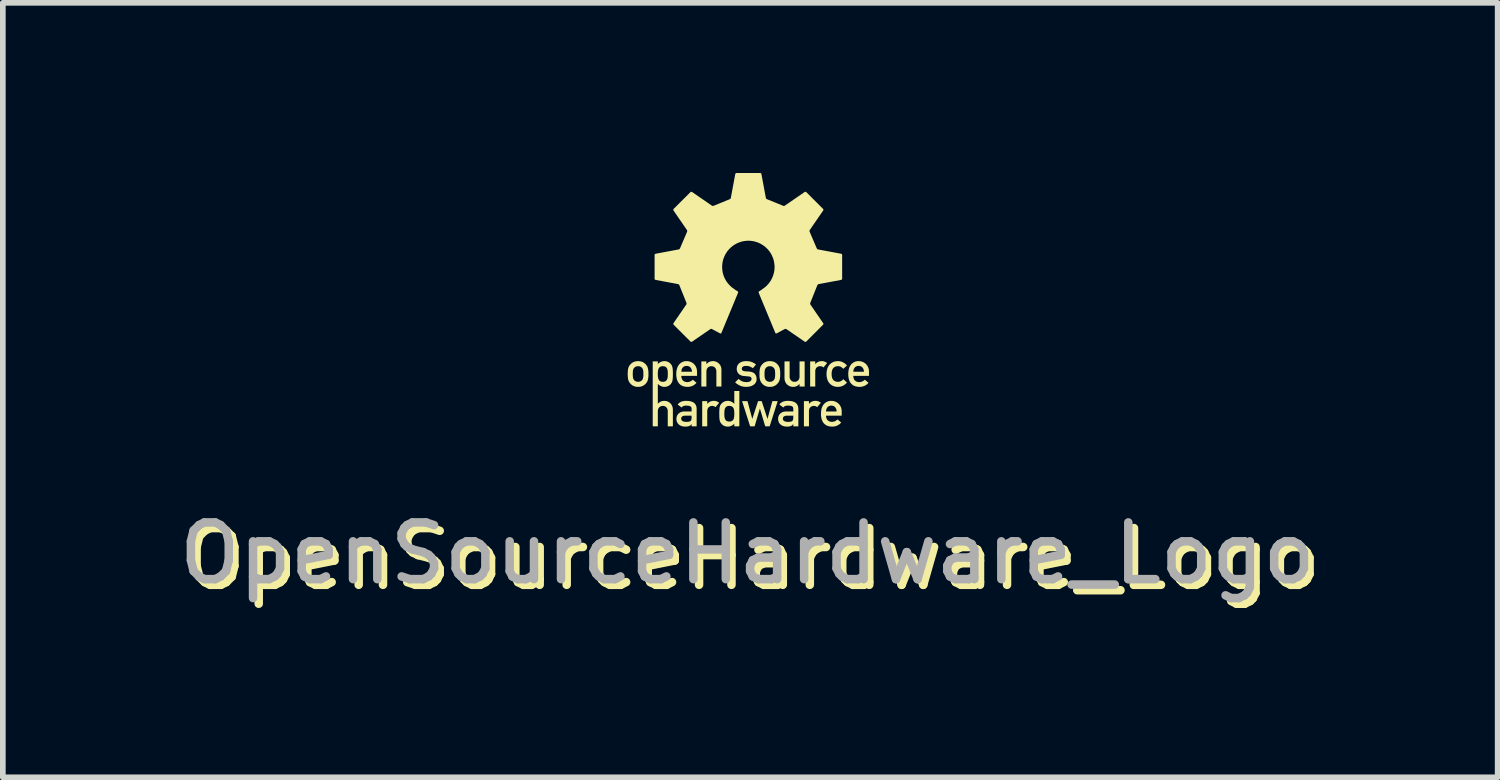
<source format=kicad_pcb>
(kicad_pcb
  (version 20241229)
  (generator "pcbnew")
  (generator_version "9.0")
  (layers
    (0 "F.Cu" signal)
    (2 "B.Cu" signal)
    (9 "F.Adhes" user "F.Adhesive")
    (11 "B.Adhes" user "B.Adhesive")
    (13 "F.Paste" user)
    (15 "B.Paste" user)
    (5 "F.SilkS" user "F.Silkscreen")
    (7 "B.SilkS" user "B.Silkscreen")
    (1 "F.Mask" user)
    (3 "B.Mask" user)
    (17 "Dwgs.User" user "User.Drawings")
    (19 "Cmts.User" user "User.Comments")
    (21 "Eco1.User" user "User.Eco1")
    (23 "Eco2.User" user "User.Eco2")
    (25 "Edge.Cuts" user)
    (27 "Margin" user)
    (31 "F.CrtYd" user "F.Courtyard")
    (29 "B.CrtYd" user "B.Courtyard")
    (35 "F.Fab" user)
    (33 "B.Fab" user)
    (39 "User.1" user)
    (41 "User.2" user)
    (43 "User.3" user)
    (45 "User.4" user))
  (footprint "OpenSourceHardware_Logo"
    (layer "F.Cu")
    (at 10.15 2.779)
    (property "Reference" "OpenSourceHardware_Logo" (at 0.075 4.025 0) (unlocked yes) (layer "F.SilkS") (effects (font (size 1 1) (thickness 0.15))))
    (attr smd exclude_from_bom)
    (fp_poly (pts (xy 0.06 1.553) (xy 0.062 1.553) (xy 0.163 1.242) (xy 0.227 1.242) (xy 0.328 1.553) (xy 0.33 1.553) (xy 0.415 1.242) (xy 0.509 1.242) (xy 0.367 1.686) (xy 0.289 1.686) (xy 0.196 1.375) (xy 0.194 1.375) (xy 0.102 1.686) (xy 0.023 1.686) (xy -0.119 1.242) (xy -0.024 1.242)) (stroke (width 0) (type solid)) (fill yes) (layer "F.SilkS"))
    (fp_poly (pts (xy -0.609 1.237) (xy -0.602 1.238) (xy -0.596 1.238) (xy -0.59 1.239) (xy -0.583 1.241) (xy -0.577 1.242) (xy -0.571 1.244) (xy -0.566 1.246) (xy -0.56 1.249) (xy -0.554 1.251) (xy -0.549 1.254) (xy -0.544 1.257) (xy -0.538 1.26) (xy -0.533 1.264) (xy -0.528 1.267) (xy -0.523 1.271) (xy -0.587 1.348) (xy -0.591 1.345) (xy -0.595 1.343) (xy -0.599 1.34) (xy -0.602 1.338) (xy -0.606 1.336) (xy -0.609 1.334) (xy -0.613 1.333) (xy -0.616 1.331) (xy -0.619 1.33) (xy -0.623 1.329) (xy -0.626 1.328) (xy -0.63 1.327) (xy -0.634 1.327) (xy -0.638 1.327) (xy -0.642 1.326) (xy -0.646 1.326) (xy -0.654 1.327) (xy -0.662 1.328) (xy -0.67 1.329) (xy -0.678 1.332) (xy -0.682 1.333) (xy -0.685 1.335) (xy -0.689 1.337) (xy -0.693 1.339) (xy -0.696 1.341) (xy -0.699 1.343) (xy -0.703 1.346) (xy -0.706 1.348) (xy -0.709 1.351) (xy -0.711 1.354) (xy -0.714 1.358) (xy -0.717 1.361) (xy -0.719 1.365) (xy -0.721 1.369) (xy -0.723 1.373) (xy -0.725 1.377) (xy -0.727 1.382) (xy -0.728 1.386) (xy -0.73 1.391) (xy -0.731 1.396) (xy -0.731 1.402) (xy -0.732 1.407) (xy -0.732 1.413) (xy -0.733 1.419) (xy -0.733 1.686) (xy -0.822 1.686) (xy -0.822 1.242) (xy -0.733 1.242) (xy -0.733 1.29) (xy -0.731 1.29) (xy -0.725 1.283) (xy -0.72 1.277) (xy -0.714 1.272) (xy -0.708 1.267) (xy -0.701 1.262) (xy -0.694 1.258) (xy -0.687 1.254) (xy -0.68 1.25) (xy -0.673 1.247) (xy -0.665 1.244) (xy -0.657 1.242) (xy -0.649 1.24) (xy -0.641 1.239) (xy -0.633 1.238) (xy -0.624 1.237) (xy -0.615 1.237)) (stroke (width 0) (type solid)) (fill yes) (layer "F.SilkS"))
    (fp_poly (pts (xy 1.184 1.237) (xy 1.19 1.238) (xy 1.197 1.238) (xy 1.203 1.239) (xy 1.209 1.241) (xy 1.215 1.242) (xy 1.221 1.244) (xy 1.227 1.246) (xy 1.233 1.249) (xy 1.238 1.251) (xy 1.244 1.254) (xy 1.249 1.257) (xy 1.254 1.26) (xy 1.26 1.264) (xy 1.265 1.267) (xy 1.27 1.271) (xy 1.205 1.348) (xy 1.201 1.345) (xy 1.198 1.343) (xy 1.194 1.34) (xy 1.19 1.338) (xy 1.187 1.336) (xy 1.183 1.334) (xy 1.18 1.333) (xy 1.177 1.331) (xy 1.173 1.33) (xy 1.17 1.329) (xy 1.166 1.328) (xy 1.162 1.327) (xy 1.159 1.327) (xy 1.155 1.327) (xy 1.151 1.326) (xy 1.147 1.326) (xy 1.138 1.327) (xy 1.13 1.328) (xy 1.122 1.329) (xy 1.115 1.332) (xy 1.111 1.333) (xy 1.107 1.335) (xy 1.103 1.337) (xy 1.1 1.339) (xy 1.097 1.341) (xy 1.093 1.343) (xy 1.09 1.346) (xy 1.087 1.348) (xy 1.084 1.351) (xy 1.081 1.354) (xy 1.078 1.358) (xy 1.076 1.361) (xy 1.073 1.365) (xy 1.071 1.369) (xy 1.069 1.373) (xy 1.067 1.377) (xy 1.066 1.382) (xy 1.064 1.386) (xy 1.063 1.391) (xy 1.062 1.396) (xy 1.061 1.402) (xy 1.06 1.407) (xy 1.06 1.413) (xy 1.06 1.419) (xy 1.06 1.686) (xy 0.971 1.686) (xy 0.971 1.242) (xy 1.06 1.242) (xy 1.06 1.29) (xy 1.062 1.29) (xy 1.067 1.283) (xy 1.073 1.277) (xy 1.079 1.272) (xy 1.085 1.267) (xy 1.091 1.262) (xy 1.098 1.258) (xy 1.105 1.254) (xy 1.112 1.25) (xy 1.12 1.247) (xy 1.127 1.244) (xy 1.135 1.242) (xy 1.143 1.24) (xy 1.151 1.239) (xy 1.16 1.238) (xy 1.168 1.237) (xy 1.177 1.237)) (stroke (width 0) (type solid)) (fill yes) (layer "F.SilkS"))
    (fp_poly (pts (xy 1.294 0.537) (xy 1.301 0.537) (xy 1.307 0.538) (xy 1.314 0.539) (xy 1.32 0.54) (xy 1.326 0.542) (xy 1.332 0.544) (xy 1.337 0.546) (xy 1.343 0.548) (xy 1.349 0.551) (xy 1.354 0.554) (xy 1.36 0.557) (xy 1.365 0.56) (xy 1.37 0.563) (xy 1.375 0.567) (xy 1.38 0.571) (xy 1.316 0.648) (xy 1.312 0.645) (xy 1.308 0.642) (xy 1.304 0.64) (xy 1.301 0.638) (xy 1.297 0.636) (xy 1.294 0.634) (xy 1.291 0.632) (xy 1.287 0.631) (xy 1.284 0.63) (xy 1.28 0.629) (xy 1.277 0.628) (xy 1.273 0.627) (xy 1.269 0.627) (xy 1.265 0.626) (xy 1.261 0.626) (xy 1.257 0.626) (xy 1.249 0.626) (xy 1.241 0.627) (xy 1.233 0.629) (xy 1.225 0.631) (xy 1.221 0.633) (xy 1.218 0.634) (xy 1.214 0.636) (xy 1.211 0.638) (xy 1.207 0.64) (xy 1.204 0.643) (xy 1.201 0.645) (xy 1.197 0.648) (xy 1.194 0.651) (xy 1.192 0.654) (xy 1.189 0.657) (xy 1.186 0.661) (xy 1.184 0.665) (xy 1.182 0.668) (xy 1.18 0.673) (xy 1.178 0.677) (xy 1.176 0.681) (xy 1.175 0.686) (xy 1.174 0.691) (xy 1.172 0.696) (xy 1.172 0.701) (xy 1.171 0.707) (xy 1.171 0.713) (xy 1.171 0.719) (xy 1.171 0.985) (xy 1.081 0.985) (xy 1.081 0.542) (xy 1.171 0.542) (xy 1.171 0.589) (xy 1.172 0.589) (xy 1.178 0.583) (xy 1.183 0.577) (xy 1.189 0.571) (xy 1.195 0.566) (xy 1.202 0.562) (xy 1.209 0.557) (xy 1.216 0.553) (xy 1.223 0.55) (xy 1.23 0.547) (xy 1.238 0.544) (xy 1.246 0.542) (xy 1.254 0.54) (xy 1.262 0.539) (xy 1.27 0.538) (xy 1.279 0.537) (xy 1.288 0.537)) (stroke (width 0) (type solid)) (fill yes) (layer "F.SilkS"))
    (fp_poly (pts (xy -0.624 0.537) (xy -0.618 0.537) (xy -0.605 0.539) (xy -0.591 0.542) (xy -0.579 0.547) (xy -0.572 0.549) (xy -0.566 0.552) (xy -0.56 0.555) (xy -0.554 0.559) (xy -0.548 0.563) (xy -0.542 0.567) (xy -0.536 0.571) (xy -0.531 0.576) (xy -0.526 0.581) (xy -0.521 0.586) (xy -0.516 0.592) (xy -0.512 0.598) (xy -0.507 0.604) (xy -0.503 0.61) (xy -0.5 0.617) (xy -0.496 0.624) (xy -0.493 0.632) (xy -0.491 0.639) (xy -0.488 0.647) (xy -0.487 0.655) (xy -0.485 0.664) (xy -0.484 0.672) (xy -0.483 0.681) (xy -0.483 0.691) (xy -0.483 0.985) (xy -0.572 0.985) (xy -0.572 0.721) (xy -0.572 0.716) (xy -0.573 0.71) (xy -0.573 0.705) (xy -0.574 0.7) (xy -0.575 0.695) (xy -0.576 0.69) (xy -0.577 0.685) (xy -0.579 0.681) (xy -0.581 0.677) (xy -0.582 0.672) (xy -0.584 0.668) (xy -0.587 0.665) (xy -0.589 0.661) (xy -0.592 0.657) (xy -0.594 0.654) (xy -0.597 0.651) (xy -0.6 0.648) (xy -0.603 0.645) (xy -0.607 0.643) (xy -0.61 0.64) (xy -0.614 0.638) (xy -0.617 0.636) (xy -0.621 0.634) (xy -0.625 0.632) (xy -0.629 0.631) (xy -0.633 0.63) (xy -0.637 0.628) (xy -0.642 0.628) (xy -0.646 0.627) (xy -0.65 0.626) (xy -0.655 0.626) (xy -0.66 0.626) (xy -0.664 0.626) (xy -0.669 0.626) (xy -0.674 0.627) (xy -0.678 0.628) (xy -0.682 0.628) (xy -0.687 0.63) (xy -0.691 0.631) (xy -0.695 0.632) (xy -0.699 0.634) (xy -0.703 0.636) (xy -0.706 0.638) (xy -0.71 0.64) (xy -0.713 0.643) (xy -0.717 0.645) (xy -0.72 0.648) (xy -0.723 0.651) (xy -0.726 0.654) (xy -0.728 0.657) (xy -0.731 0.661) (xy -0.733 0.665) (xy -0.736 0.668) (xy -0.738 0.672) (xy -0.74 0.677) (xy -0.741 0.681) (xy -0.743 0.685) (xy -0.744 0.69) (xy -0.745 0.695) (xy -0.746 0.7) (xy -0.747 0.705) (xy -0.748 0.71) (xy -0.748 0.716) (xy -0.748 0.721) (xy -0.748 0.985) (xy -0.837 0.985) (xy -0.837 0.542) (xy -0.748 0.542) (xy -0.748 0.589) (xy -0.746 0.589) (xy -0.741 0.583) (xy -0.735 0.577) (xy -0.729 0.571) (xy -0.723 0.566) (xy -0.717 0.562) (xy -0.71 0.557) (xy -0.703 0.553) (xy -0.696 0.55) (xy -0.688 0.547) (xy -0.681 0.544) (xy -0.673 0.542) (xy -0.665 0.54) (xy -0.657 0.539) (xy -0.648 0.538) (xy -0.64 0.537) (xy -0.631 0.537)) (stroke (width 0) (type solid)) (fill yes) (layer "F.SilkS"))
    (fp_poly (pts (xy 0.719 0.806) (xy 0.719 0.812) (xy 0.719 0.817) (xy 0.719 0.822) (xy 0.72 0.828) (xy 0.721 0.833) (xy 0.722 0.837) (xy 0.724 0.842) (xy 0.725 0.846) (xy 0.727 0.851) (xy 0.729 0.855) (xy 0.731 0.859) (xy 0.733 0.863) (xy 0.736 0.866) (xy 0.738 0.87) (xy 0.741 0.873) (xy 0.744 0.876) (xy 0.747 0.879) (xy 0.75 0.882) (xy 0.753 0.885) (xy 0.757 0.887) (xy 0.76 0.889) (xy 0.764 0.892) (xy 0.768 0.893) (xy 0.772 0.895) (xy 0.776 0.897) (xy 0.78 0.898) (xy 0.784 0.899) (xy 0.789 0.9) (xy 0.793 0.901) (xy 0.798 0.901) (xy 0.802 0.901) (xy 0.807 0.901) (xy 0.811 0.901) (xy 0.816 0.901) (xy 0.821 0.901) (xy 0.825 0.9) (xy 0.829 0.899) (xy 0.833 0.898) (xy 0.838 0.897) (xy 0.842 0.895) (xy 0.845 0.893) (xy 0.849 0.892) (xy 0.853 0.889) (xy 0.856 0.887) (xy 0.86 0.885) (xy 0.863 0.882) (xy 0.866 0.879) (xy 0.869 0.876) (xy 0.872 0.873) (xy 0.875 0.87) (xy 0.877 0.866) (xy 0.88 0.863) (xy 0.882 0.859) (xy 0.884 0.855) (xy 0.886 0.851) (xy 0.888 0.846) (xy 0.889 0.842) (xy 0.891 0.837) (xy 0.892 0.833) (xy 0.893 0.828) (xy 0.893 0.822) (xy 0.894 0.817) (xy 0.894 0.812) (xy 0.894 0.806) (xy 0.894 0.542) (xy 0.984 0.542) (xy 0.984 0.985) (xy 0.894 0.985) (xy 0.894 0.938) (xy 0.893 0.938) (xy 0.887 0.945) (xy 0.882 0.95) (xy 0.876 0.956) (xy 0.869 0.961) (xy 0.863 0.966) (xy 0.856 0.97) (xy 0.849 0.974) (xy 0.842 0.978) (xy 0.835 0.981) (xy 0.827 0.983) (xy 0.819 0.986) (xy 0.812 0.987) (xy 0.803 0.989) (xy 0.795 0.99) (xy 0.787 0.99) (xy 0.778 0.991) (xy 0.771 0.99) (xy 0.765 0.99) (xy 0.752 0.988) (xy 0.738 0.985) (xy 0.732 0.983) (xy 0.725 0.981) (xy 0.719 0.978) (xy 0.713 0.975) (xy 0.706 0.972) (xy 0.7 0.968) (xy 0.694 0.965) (xy 0.689 0.961) (xy 0.683 0.956) (xy 0.677 0.951) (xy 0.672 0.946) (xy 0.667 0.941) (xy 0.662 0.936) (xy 0.658 0.93) (xy 0.654 0.923) (xy 0.65 0.917) (xy 0.646 0.91) (xy 0.643 0.903) (xy 0.64 0.896) (xy 0.637 0.888) (xy 0.635 0.88) (xy 0.633 0.872) (xy 0.631 0.864) (xy 0.63 0.855) (xy 0.63 0.846) (xy 0.629 0.837) (xy 0.629 0.542) (xy 0.719 0.542)) (stroke (width 0) (type solid)) (fill yes) (layer "F.SilkS"))
    (fp_poly (pts (xy 1.577 0.537) (xy 1.583 0.537) (xy 1.59 0.538) (xy 1.596 0.538) (xy 1.607 0.54) (xy 1.619 0.542) (xy 1.63 0.546) (xy 1.641 0.549) (xy 1.651 0.554) (xy 1.661 0.559) (xy 1.671 0.564) (xy 1.681 0.57) (xy 1.69 0.576) (xy 1.699 0.583) (xy 1.707 0.59) (xy 1.715 0.598) (xy 1.723 0.606) (xy 1.73 0.614) (xy 1.665 0.672) (xy 1.66 0.667) (xy 1.656 0.663) (xy 1.651 0.658) (xy 1.646 0.654) (xy 1.641 0.65) (xy 1.636 0.646) (xy 1.631 0.642) (xy 1.625 0.639) (xy 1.619 0.636) (xy 1.613 0.633) (xy 1.607 0.631) (xy 1.601 0.629) (xy 1.595 0.628) (xy 1.588 0.627) (xy 1.581 0.626) (xy 1.575 0.626) (xy 1.561 0.626) (xy 1.549 0.628) (xy 1.543 0.629) (xy 1.537 0.63) (xy 1.531 0.632) (xy 1.526 0.634) (xy 1.521 0.636) (xy 1.516 0.638) (xy 1.511 0.641) (xy 1.506 0.644) (xy 1.502 0.647) (xy 1.497 0.651) (xy 1.493 0.655) (xy 1.49 0.659) (xy 1.486 0.663) (xy 1.483 0.668) (xy 1.479 0.673) (xy 1.476 0.678) (xy 1.474 0.683) (xy 1.471 0.689) (xy 1.469 0.695) (xy 1.467 0.702) (xy 1.465 0.708) (xy 1.463 0.715) (xy 1.462 0.723) (xy 1.461 0.73) (xy 1.46 0.747) (xy 1.459 0.764) (xy 1.459 0.773) (xy 1.46 0.782) (xy 1.46 0.79) (xy 1.461 0.798) (xy 1.462 0.805) (xy 1.463 0.813) (xy 1.465 0.819) (xy 1.467 0.826) (xy 1.469 0.833) (xy 1.471 0.839) (xy 1.474 0.844) (xy 1.476 0.85) (xy 1.479 0.855) (xy 1.483 0.86) (xy 1.486 0.865) (xy 1.49 0.869) (xy 1.493 0.873) (xy 1.497 0.877) (xy 1.502 0.88) (xy 1.506 0.883) (xy 1.511 0.886) (xy 1.516 0.889) (xy 1.521 0.891) (xy 1.526 0.894) (xy 1.531 0.895) (xy 1.537 0.897) (xy 1.543 0.898) (xy 1.549 0.9) (xy 1.555 0.9) (xy 1.561 0.901) (xy 1.568 0.901) (xy 1.575 0.901) (xy 1.578 0.901) (xy 1.581 0.901) (xy 1.585 0.901) (xy 1.588 0.901) (xy 1.595 0.9) (xy 1.601 0.898) (xy 1.607 0.896) (xy 1.613 0.894) (xy 1.619 0.891) (xy 1.625 0.888) (xy 1.631 0.885) (xy 1.636 0.882) (xy 1.641 0.878) (xy 1.646 0.874) (xy 1.651 0.869) (xy 1.656 0.865) (xy 1.66 0.86) (xy 1.665 0.855) (xy 1.73 0.914) (xy 1.723 0.922) (xy 1.715 0.93) (xy 1.707 0.937) (xy 1.699 0.945) (xy 1.69 0.951) (xy 1.681 0.958) (xy 1.671 0.964) (xy 1.661 0.969) (xy 1.651 0.974) (xy 1.641 0.978) (xy 1.63 0.982) (xy 1.619 0.985) (xy 1.607 0.987) (xy 1.596 0.989) (xy 1.583 0.99) (xy 1.571 0.991) (xy 1.552 0.99) (xy 1.533 0.988) (xy 1.514 0.984) (xy 1.496 0.978) (xy 1.488 0.975) (xy 1.479 0.971) (xy 1.471 0.966) (xy 1.462 0.962) (xy 1.454 0.956) (xy 1.447 0.951) (xy 1.439 0.945) (xy 1.432 0.938) (xy 1.425 0.931) (xy 1.419 0.923) (xy 1.412 0.915) (xy 1.407 0.907) (xy 1.401 0.898) (xy 1.396 0.888) (xy 1.391 0.878) (xy 1.387 0.868) (xy 1.383 0.857) (xy 1.38 0.845) (xy 1.377 0.833) (xy 1.374 0.82) (xy 1.372 0.807) (xy 1.371 0.793) (xy 1.37 0.779) (xy 1.37 0.764) (xy 1.37 0.749) (xy 1.371 0.735) (xy 1.372 0.721) (xy 1.374 0.708) (xy 1.377 0.695) (xy 1.38 0.683) (xy 1.383 0.671) (xy 1.387 0.66) (xy 1.391 0.649) (xy 1.396 0.639) (xy 1.401 0.63) (xy 1.407 0.621) (xy 1.412 0.612) (xy 1.419 0.604) (xy 1.425 0.597) (xy 1.432 0.589) (xy 1.439 0.583) (xy 1.447 0.577) (xy 1.454 0.571) (xy 1.462 0.566) (xy 1.471 0.561) (xy 1.479 0.557) (xy 1.488 0.553) (xy 1.496 0.549) (xy 1.505 0.546) (xy 1.514 0.544) (xy 1.524 0.542) (xy 1.533 0.54) (xy 1.542 0.538) (xy 1.552 0.538) (xy 1.571 0.537)) (stroke (width 0) (type solid)) (fill yes) (layer "F.SilkS"))
    (fp_poly (pts (xy -0.167 1.686) (xy -0.256 1.686) (xy -0.256 1.639) (xy -0.261 1.645) (xy -0.267 1.65) (xy -0.273 1.656) (xy -0.279 1.66) (xy -0.286 1.665) (xy -0.292 1.669) (xy -0.299 1.673) (xy -0.307 1.677) (xy -0.314 1.68) (xy -0.322 1.683) (xy -0.329 1.685) (xy -0.337 1.687) (xy -0.345 1.689) (xy -0.354 1.69) (xy -0.362 1.691) (xy -0.37 1.691) (xy -0.375 1.691) (xy -0.38 1.691) (xy -0.385 1.69) (xy -0.39 1.69) (xy -0.395 1.689) (xy -0.399 1.689) (xy -0.404 1.688) (xy -0.408 1.687) (xy -0.413 1.686) (xy -0.417 1.684) (xy -0.421 1.683) (xy -0.425 1.682) (xy -0.429 1.68) (xy -0.433 1.678) (xy -0.441 1.675) (xy -0.448 1.671) (xy -0.455 1.666) (xy -0.461 1.661) (xy -0.468 1.656) (xy -0.474 1.651) (xy -0.479 1.645) (xy -0.484 1.639) (xy -0.489 1.633) (xy -0.494 1.627) (xy -0.498 1.621) (xy -0.501 1.615) (xy -0.505 1.609) (xy -0.507 1.602) (xy -0.51 1.595) (xy -0.512 1.587) (xy -0.514 1.578) (xy -0.516 1.568) (xy -0.517 1.557) (xy -0.518 1.545) (xy -0.519 1.532) (xy -0.52 1.501) (xy -0.521 1.464) (xy -0.432 1.464) (xy -0.432 1.477) (xy -0.431 1.489) (xy -0.431 1.502) (xy -0.43 1.514) (xy -0.428 1.526) (xy -0.427 1.532) (xy -0.426 1.538) (xy -0.424 1.543) (xy -0.423 1.549) (xy -0.421 1.554) (xy -0.419 1.559) (xy -0.417 1.563) (xy -0.414 1.568) (xy -0.411 1.572) (xy -0.408 1.576) (xy -0.405 1.58) (xy -0.401 1.584) (xy -0.397 1.587) (xy -0.393 1.59) (xy -0.388 1.593) (xy -0.383 1.595) (xy -0.377 1.597) (xy -0.371 1.599) (xy -0.365 1.6) (xy -0.358 1.601) (xy -0.351 1.602) (xy -0.343 1.602) (xy -0.336 1.602) (xy -0.329 1.601) (xy -0.322 1.6) (xy -0.316 1.599) (xy -0.31 1.597) (xy -0.304 1.595) (xy -0.299 1.592) (xy -0.295 1.589) (xy -0.29 1.586) (xy -0.286 1.583) (xy -0.282 1.579) (xy -0.279 1.575) (xy -0.276 1.571) (xy -0.273 1.567) (xy -0.271 1.562) (xy -0.268 1.557) (xy -0.266 1.552) (xy -0.265 1.547) (xy -0.262 1.536) (xy -0.259 1.524) (xy -0.258 1.513) (xy -0.257 1.5) (xy -0.256 1.488) (xy -0.256 1.464) (xy -0.256 1.452) (xy -0.256 1.439) (xy -0.257 1.427) (xy -0.258 1.415) (xy -0.259 1.404) (xy -0.26 1.398) (xy -0.262 1.392) (xy -0.263 1.387) (xy -0.265 1.381) (xy -0.266 1.376) (xy -0.268 1.371) (xy -0.271 1.366) (xy -0.273 1.362) (xy -0.276 1.357) (xy -0.279 1.353) (xy -0.282 1.349) (xy -0.286 1.345) (xy -0.29 1.342) (xy -0.295 1.339) (xy -0.299 1.336) (xy -0.304 1.334) (xy -0.31 1.331) (xy -0.316 1.33) (xy -0.322 1.328) (xy -0.329 1.327) (xy -0.336 1.327) (xy -0.343 1.326) (xy -0.351 1.326) (xy -0.358 1.327) (xy -0.365 1.328) (xy -0.371 1.329) (xy -0.377 1.331) (xy -0.383 1.333) (xy -0.388 1.335) (xy -0.393 1.338) (xy -0.397 1.341) (xy -0.401 1.344) (xy -0.405 1.348) (xy -0.408 1.352) (xy -0.411 1.356) (xy -0.414 1.36) (xy -0.417 1.365) (xy -0.419 1.369) (xy -0.421 1.374) (xy -0.423 1.379) (xy -0.426 1.39) (xy -0.428 1.402) (xy -0.43 1.413) (xy -0.431 1.426) (xy -0.431 1.438) (xy -0.432 1.464) (xy -0.521 1.464) (xy -0.521 1.444) (xy -0.52 1.427) (xy -0.52 1.41) (xy -0.519 1.396) (xy -0.518 1.383) (xy -0.517 1.371) (xy -0.516 1.36) (xy -0.514 1.35) (xy -0.512 1.342) (xy -0.511 1.337) (xy -0.51 1.333) (xy -0.509 1.33) (xy -0.507 1.326) (xy -0.506 1.323) (xy -0.505 1.319) (xy -0.501 1.313) (xy -0.498 1.307) (xy -0.494 1.301) (xy -0.489 1.295) (xy -0.484 1.289) (xy -0.479 1.283) (xy -0.474 1.277) (xy -0.468 1.272) (xy -0.461 1.267) (xy -0.455 1.262) (xy -0.448 1.258) (xy -0.441 1.254) (xy -0.433 1.25) (xy -0.425 1.247) (xy -0.417 1.244) (xy -0.408 1.241) (xy -0.399 1.24) (xy -0.39 1.238) (xy -0.38 1.237) (xy -0.37 1.237) (xy -0.362 1.237) (xy -0.354 1.238) (xy -0.346 1.239) (xy -0.338 1.241) (xy -0.33 1.243) (xy -0.323 1.245) (xy -0.316 1.248) (xy -0.309 1.252) (xy -0.302 1.255) (xy -0.295 1.259) (xy -0.288 1.263) (xy -0.281 1.268) (xy -0.275 1.273) (xy -0.268 1.278) (xy -0.262 1.284) (xy -0.256 1.29) (xy -0.256 1.063) (xy -0.167 1.063)) (stroke (width 0) (type solid)) (fill yes) (layer "F.SilkS"))
    (fp_poly (pts (xy -1.087 0.537) (xy -1.078 0.538) (xy -1.069 0.539) (xy -1.06 0.54) (xy -1.051 0.542) (xy -1.043 0.544) (xy -1.034 0.547) (xy -1.026 0.55) (xy -1.018 0.553) (xy -1.01 0.557) (xy -1.003 0.561) (xy -0.995 0.566) (xy -0.988 0.571) (xy -0.981 0.576) (xy -0.974 0.581) (xy -0.968 0.587) (xy -0.962 0.594) (xy -0.956 0.6) (xy -0.951 0.607) (xy -0.945 0.614) (xy -0.94 0.622) (xy -0.936 0.63) (xy -0.932 0.638) (xy -0.928 0.646) (xy -0.925 0.655) (xy -0.922 0.664) (xy -0.919 0.673) (xy -0.917 0.683) (xy -0.916 0.693) (xy -0.914 0.703) (xy -0.914 0.713) (xy -0.913 0.724) (xy -0.913 0.797) (xy -1.19 0.797) (xy -1.19 0.804) (xy -1.189 0.811) (xy -1.189 0.817) (xy -1.188 0.823) (xy -1.187 0.829) (xy -1.185 0.834) (xy -1.184 0.84) (xy -1.182 0.845) (xy -1.18 0.85) (xy -1.177 0.855) (xy -1.175 0.86) (xy -1.172 0.864) (xy -1.169 0.868) (xy -1.166 0.872) (xy -1.163 0.876) (xy -1.16 0.879) (xy -1.156 0.883) (xy -1.152 0.886) (xy -1.148 0.889) (xy -1.144 0.891) (xy -1.14 0.894) (xy -1.136 0.896) (xy -1.131 0.898) (xy -1.126 0.9) (xy -1.121 0.901) (xy -1.116 0.903) (xy -1.111 0.904) (xy -1.106 0.905) (xy -1.101 0.906) (xy -1.095 0.906) (xy -1.09 0.907) (xy -1.084 0.907) (xy -1.077 0.907) (xy -1.071 0.906) (xy -1.064 0.905) (xy -1.058 0.904) (xy -1.052 0.902) (xy -1.045 0.9) (xy -1.039 0.898) (xy -1.032 0.895) (xy -1.026 0.893) (xy -1.02 0.889) (xy -1.014 0.886) (xy -1.008 0.882) (xy -1.003 0.878) (xy -0.997 0.873) (xy -0.992 0.869) (xy -0.987 0.864) (xy -0.922 0.919) (xy -0.93 0.928) (xy -0.939 0.937) (xy -0.948 0.944) (xy -0.957 0.952) (xy -0.967 0.958) (xy -0.976 0.964) (xy -0.986 0.969) (xy -0.996 0.974) (xy -1.006 0.978) (xy -1.017 0.981) (xy -1.027 0.984) (xy -1.038 0.987) (xy -1.049 0.988) (xy -1.06 0.99) (xy -1.071 0.99) (xy -1.082 0.991) (xy -1.099 0.99) (xy -1.117 0.988) (xy -1.134 0.985) (xy -1.151 0.981) (xy -1.168 0.975) (xy -1.176 0.971) (xy -1.184 0.967) (xy -1.192 0.963) (xy -1.2 0.958) (xy -1.207 0.952) (xy -1.215 0.946) (xy -1.222 0.939) (xy -1.228 0.932) (xy -1.235 0.925) (xy -1.241 0.916) (xy -1.246 0.907) (xy -1.252 0.898) (xy -1.256 0.888) (xy -1.261 0.877) (xy -1.265 0.866) (xy -1.269 0.853) (xy -1.272 0.841) (xy -1.274 0.827) (xy -1.276 0.813) (xy -1.278 0.798) (xy -1.279 0.782) (xy -1.279 0.765) (xy -1.279 0.749) (xy -1.278 0.734) (xy -1.277 0.724) (xy -1.19 0.724) (xy -1.003 0.724) (xy -1.003 0.718) (xy -1.003 0.712) (xy -1.004 0.706) (xy -1.005 0.7) (xy -1.006 0.695) (xy -1.008 0.689) (xy -1.009 0.684) (xy -1.011 0.679) (xy -1.013 0.675) (xy -1.015 0.67) (xy -1.017 0.666) (xy -1.019 0.662) (xy -1.022 0.658) (xy -1.025 0.654) (xy -1.028 0.65) (xy -1.031 0.647) (xy -1.034 0.644) (xy -1.037 0.641) (xy -1.041 0.638) (xy -1.044 0.636) (xy -1.048 0.633) (xy -1.052 0.631) (xy -1.056 0.629) (xy -1.06 0.627) (xy -1.064 0.626) (xy -1.068 0.624) (xy -1.073 0.623) (xy -1.077 0.622) (xy -1.082 0.622) (xy -1.086 0.621) (xy -1.091 0.621) (xy -1.096 0.621) (xy -1.101 0.621) (xy -1.106 0.621) (xy -1.11 0.622) (xy -1.115 0.622) (xy -1.12 0.623) (xy -1.124 0.624) (xy -1.128 0.626) (xy -1.133 0.627) (xy -1.137 0.629) (xy -1.141 0.631) (xy -1.145 0.633) (xy -1.148 0.636) (xy -1.152 0.638) (xy -1.155 0.641) (xy -1.159 0.644) (xy -1.162 0.647) (xy -1.165 0.65) (xy -1.168 0.654) (xy -1.171 0.658) (xy -1.173 0.662) (xy -1.176 0.666) (xy -1.178 0.67) (xy -1.18 0.675) (xy -1.182 0.679) (xy -1.183 0.684) (xy -1.185 0.689) (xy -1.186 0.695) (xy -1.187 0.7) (xy -1.188 0.706) (xy -1.189 0.712) (xy -1.189 0.718) (xy -1.19 0.724) (xy -1.277 0.724) (xy -1.276 0.72) (xy -1.275 0.706) (xy -1.272 0.693) (xy -1.269 0.68) (xy -1.266 0.668) (xy -1.262 0.657) (xy -1.258 0.646) (xy -1.254 0.636) (xy -1.249 0.626) (xy -1.244 0.617) (xy -1.238 0.609) (xy -1.232 0.601) (xy -1.226 0.593) (xy -1.22 0.586) (xy -1.213 0.58) (xy -1.206 0.574) (xy -1.199 0.569) (xy -1.192 0.564) (xy -1.184 0.559) (xy -1.176 0.555) (xy -1.169 0.551) (xy -1.161 0.548) (xy -1.153 0.545) (xy -1.145 0.543) (xy -1.137 0.541) (xy -1.129 0.539) (xy -1.112 0.537) (xy -1.096 0.537)) (stroke (width 0) (type solid)) (fill yes) (layer "F.SilkS"))
    (fp_poly (pts (xy 1.463 1.237) (xy 1.473 1.238) (xy 1.481 1.239) (xy 1.49 1.24) (xy 1.499 1.242) (xy 1.508 1.245) (xy 1.516 1.247) (xy 1.524 1.25) (xy 1.532 1.254) (xy 1.54 1.257) (xy 1.548 1.262) (xy 1.555 1.266) (xy 1.562 1.271) (xy 1.569 1.276) (xy 1.576 1.282) (xy 1.582 1.288) (xy 1.589 1.294) (xy 1.594 1.301) (xy 1.6 1.307) (xy 1.605 1.315) (xy 1.61 1.322) (xy 1.614 1.33) (xy 1.619 1.338) (xy 1.622 1.347) (xy 1.626 1.355) (xy 1.629 1.364) (xy 1.631 1.374) (xy 1.633 1.383) (xy 1.635 1.393) (xy 1.636 1.403) (xy 1.637 1.414) (xy 1.637 1.424) (xy 1.637 1.498) (xy 1.361 1.498) (xy 1.361 1.504) (xy 1.361 1.511) (xy 1.362 1.517) (xy 1.363 1.523) (xy 1.364 1.529) (xy 1.365 1.535) (xy 1.367 1.54) (xy 1.369 1.545) (xy 1.371 1.55) (xy 1.373 1.555) (xy 1.375 1.56) (xy 1.378 1.564) (xy 1.381 1.568) (xy 1.384 1.572) (xy 1.387 1.576) (xy 1.391 1.58) (xy 1.394 1.583) (xy 1.398 1.586) (xy 1.402 1.589) (xy 1.406 1.592) (xy 1.41 1.594) (xy 1.415 1.596) (xy 1.419 1.598) (xy 1.424 1.6) (xy 1.429 1.602) (xy 1.434 1.603) (xy 1.439 1.604) (xy 1.444 1.605) (xy 1.45 1.606) (xy 1.455 1.607) (xy 1.461 1.607) (xy 1.467 1.607) (xy 1.473 1.607) (xy 1.479 1.606) (xy 1.486 1.605) (xy 1.492 1.604) (xy 1.499 1.603) (xy 1.505 1.601) (xy 1.512 1.598) (xy 1.518 1.596) (xy 1.524 1.593) (xy 1.53 1.59) (xy 1.536 1.586) (xy 1.542 1.582) (xy 1.548 1.578) (xy 1.553 1.574) (xy 1.559 1.569) (xy 1.564 1.564) (xy 1.628 1.619) (xy 1.62 1.628) (xy 1.611 1.637) (xy 1.602 1.645) (xy 1.593 1.652) (xy 1.584 1.658) (xy 1.574 1.664) (xy 1.564 1.67) (xy 1.554 1.674) (xy 1.544 1.678) (xy 1.534 1.682) (xy 1.523 1.685) (xy 1.512 1.687) (xy 1.501 1.689) (xy 1.49 1.69) (xy 1.479 1.691) (xy 1.468 1.691) (xy 1.451 1.69) (xy 1.434 1.689) (xy 1.416 1.686) (xy 1.399 1.681) (xy 1.382 1.675) (xy 1.374 1.672) (xy 1.366 1.668) (xy 1.358 1.663) (xy 1.351 1.658) (xy 1.343 1.652) (xy 1.336 1.646) (xy 1.329 1.64) (xy 1.322 1.633) (xy 1.316 1.625) (xy 1.31 1.617) (xy 1.304 1.608) (xy 1.299 1.598) (xy 1.294 1.588) (xy 1.29 1.577) (xy 1.285 1.566) (xy 1.282 1.554) (xy 1.279 1.541) (xy 1.276 1.527) (xy 1.274 1.513) (xy 1.273 1.498) (xy 1.272 1.482) (xy 1.272 1.465) (xy 1.272 1.45) (xy 1.273 1.434) (xy 1.274 1.424) (xy 1.361 1.424) (xy 1.548 1.424) (xy 1.548 1.418) (xy 1.547 1.412) (xy 1.546 1.406) (xy 1.545 1.4) (xy 1.544 1.395) (xy 1.543 1.39) (xy 1.541 1.385) (xy 1.54 1.38) (xy 1.538 1.375) (xy 1.536 1.37) (xy 1.533 1.366) (xy 1.531 1.362) (xy 1.528 1.358) (xy 1.526 1.354) (xy 1.523 1.351) (xy 1.52 1.347) (xy 1.517 1.344) (xy 1.513 1.341) (xy 1.51 1.339) (xy 1.506 1.336) (xy 1.503 1.334) (xy 1.499 1.331) (xy 1.495 1.329) (xy 1.491 1.328) (xy 1.487 1.326) (xy 1.482 1.325) (xy 1.478 1.324) (xy 1.473 1.323) (xy 1.469 1.322) (xy 1.464 1.321) (xy 1.459 1.321) (xy 1.454 1.321) (xy 1.449 1.321) (xy 1.445 1.321) (xy 1.44 1.322) (xy 1.435 1.323) (xy 1.431 1.324) (xy 1.426 1.325) (xy 1.422 1.326) (xy 1.418 1.328) (xy 1.414 1.329) (xy 1.41 1.331) (xy 1.406 1.334) (xy 1.402 1.336) (xy 1.399 1.339) (xy 1.395 1.341) (xy 1.392 1.344) (xy 1.389 1.347) (xy 1.385 1.351) (xy 1.383 1.354) (xy 1.38 1.358) (xy 1.377 1.362) (xy 1.375 1.366) (xy 1.373 1.37) (xy 1.371 1.375) (xy 1.369 1.38) (xy 1.367 1.385) (xy 1.366 1.39) (xy 1.364 1.395) (xy 1.363 1.4) (xy 1.362 1.406) (xy 1.362 1.412) (xy 1.361 1.418) (xy 1.361 1.424) (xy 1.274 1.424) (xy 1.274 1.42) (xy 1.276 1.406) (xy 1.278 1.393) (xy 1.281 1.38) (xy 1.284 1.368) (xy 1.288 1.357) (xy 1.292 1.346) (xy 1.297 1.336) (xy 1.302 1.326) (xy 1.307 1.317) (xy 1.312 1.309) (xy 1.318 1.301) (xy 1.324 1.294) (xy 1.331 1.287) (xy 1.337 1.28) (xy 1.344 1.274) (xy 1.352 1.269) (xy 1.359 1.264) (xy 1.366 1.259) (xy 1.374 1.255) (xy 1.382 1.252) (xy 1.39 1.249) (xy 1.398 1.246) (xy 1.406 1.243) (xy 1.414 1.241) (xy 1.422 1.24) (xy 1.438 1.238) (xy 1.454 1.237)) (stroke (width 0) (type solid)) (fill yes) (layer "F.SilkS"))
    (fp_poly (pts (xy 1.945 0.537) (xy 1.954 0.538) (xy 1.963 0.539) (xy 1.972 0.54) (xy 1.98 0.542) (xy 1.989 0.544) (xy 1.997 0.547) (xy 2.005 0.55) (xy 2.014 0.553) (xy 2.021 0.557) (xy 2.029 0.561) (xy 2.036 0.566) (xy 2.044 0.571) (xy 2.051 0.576) (xy 2.057 0.581) (xy 2.064 0.587) (xy 2.07 0.594) (xy 2.076 0.6) (xy 2.081 0.607) (xy 2.086 0.614) (xy 2.091 0.622) (xy 2.096 0.63) (xy 2.1 0.638) (xy 2.104 0.646) (xy 2.107 0.655) (xy 2.11 0.664) (xy 2.112 0.673) (xy 2.115 0.683) (xy 2.116 0.693) (xy 2.117 0.703) (xy 2.118 0.713) (xy 2.118 0.724) (xy 2.118 0.797) (xy 1.842 0.797) (xy 1.842 0.804) (xy 1.843 0.811) (xy 1.843 0.817) (xy 1.844 0.823) (xy 1.845 0.829) (xy 1.847 0.834) (xy 1.848 0.84) (xy 1.85 0.845) (xy 1.852 0.85) (xy 1.854 0.855) (xy 1.857 0.86) (xy 1.859 0.864) (xy 1.862 0.868) (xy 1.865 0.872) (xy 1.869 0.876) (xy 1.872 0.879) (xy 1.876 0.883) (xy 1.879 0.886) (xy 1.883 0.889) (xy 1.887 0.891) (xy 1.892 0.894) (xy 1.896 0.896) (xy 1.901 0.898) (xy 1.905 0.9) (xy 1.91 0.901) (xy 1.915 0.903) (xy 1.92 0.904) (xy 1.926 0.905) (xy 1.931 0.906) (xy 1.937 0.906) (xy 1.942 0.907) (xy 1.948 0.907) (xy 1.954 0.907) (xy 1.961 0.906) (xy 1.967 0.905) (xy 1.974 0.904) (xy 1.98 0.902) (xy 1.987 0.9) (xy 1.993 0.898) (xy 1.999 0.895) (xy 2.006 0.893) (xy 2.012 0.889) (xy 2.018 0.886) (xy 2.023 0.882) (xy 2.029 0.878) (xy 2.035 0.873) (xy 2.04 0.869) (xy 2.045 0.864) (xy 2.11 0.919) (xy 2.101 0.928) (xy 2.093 0.937) (xy 2.084 0.944) (xy 2.075 0.952) (xy 2.065 0.958) (xy 2.055 0.964) (xy 2.046 0.969) (xy 2.036 0.974) (xy 2.025 0.978) (xy 2.015 0.981) (xy 2.004 0.984) (xy 1.994 0.987) (xy 1.983 0.988) (xy 1.972 0.99) (xy 1.961 0.99) (xy 1.95 0.991) (xy 1.932 0.99) (xy 1.915 0.988) (xy 1.898 0.985) (xy 1.88 0.981) (xy 1.864 0.975) (xy 1.855 0.971) (xy 1.847 0.967) (xy 1.839 0.963) (xy 1.832 0.958) (xy 1.824 0.952) (xy 1.817 0.946) (xy 1.81 0.939) (xy 1.803 0.932) (xy 1.797 0.925) (xy 1.791 0.916) (xy 1.785 0.907) (xy 1.78 0.898) (xy 1.775 0.888) (xy 1.771 0.877) (xy 1.767 0.866) (xy 1.763 0.853) (xy 1.76 0.841) (xy 1.758 0.827) (xy 1.756 0.813) (xy 1.754 0.798) (xy 1.753 0.782) (xy 1.753 0.765) (xy 1.753 0.749) (xy 1.754 0.734) (xy 1.755 0.724) (xy 1.842 0.724) (xy 2.029 0.724) (xy 2.029 0.718) (xy 2.028 0.712) (xy 2.027 0.706) (xy 2.027 0.7) (xy 2.025 0.695) (xy 2.024 0.689) (xy 2.023 0.684) (xy 2.021 0.679) (xy 2.019 0.675) (xy 2.017 0.67) (xy 2.015 0.666) (xy 2.012 0.662) (xy 2.01 0.658) (xy 2.007 0.654) (xy 2.004 0.65) (xy 2.001 0.647) (xy 1.998 0.644) (xy 1.995 0.641) (xy 1.991 0.638) (xy 1.988 0.636) (xy 1.984 0.633) (xy 1.98 0.631) (xy 1.976 0.629) (xy 1.972 0.627) (xy 1.968 0.626) (xy 1.963 0.624) (xy 1.959 0.623) (xy 1.955 0.622) (xy 1.95 0.622) (xy 1.945 0.621) (xy 1.94 0.621) (xy 1.936 0.621) (xy 1.931 0.621) (xy 1.926 0.621) (xy 1.921 0.622) (xy 1.917 0.622) (xy 1.912 0.623) (xy 1.908 0.624) (xy 1.903 0.626) (xy 1.899 0.627) (xy 1.895 0.629) (xy 1.891 0.631) (xy 1.887 0.633) (xy 1.883 0.636) (xy 1.88 0.638) (xy 1.876 0.641) (xy 1.873 0.644) (xy 1.87 0.647) (xy 1.867 0.65) (xy 1.864 0.654) (xy 1.861 0.658) (xy 1.859 0.662) (xy 1.856 0.666) (xy 1.854 0.67) (xy 1.852 0.675) (xy 1.85 0.679) (xy 1.848 0.684) (xy 1.847 0.689) (xy 1.846 0.695) (xy 1.844 0.7) (xy 1.843 0.706) (xy 1.843 0.712) (xy 1.842 0.718) (xy 1.842 0.724) (xy 1.755 0.724) (xy 1.755 0.72) (xy 1.757 0.706) (xy 1.76 0.693) (xy 1.762 0.68) (xy 1.766 0.668) (xy 1.769 0.657) (xy 1.773 0.646) (xy 1.778 0.636) (xy 1.783 0.626) (xy 1.788 0.617) (xy 1.794 0.609) (xy 1.799 0.601) (xy 1.806 0.593) (xy 1.812 0.586) (xy 1.819 0.58) (xy 1.826 0.574) (xy 1.833 0.569) (xy 1.84 0.564) (xy 1.848 0.559) (xy 1.855 0.555) (xy 1.863 0.551) (xy 1.871 0.548) (xy 1.879 0.545) (xy 1.887 0.543) (xy 1.895 0.541) (xy 1.903 0.539) (xy 1.919 0.537) (xy 1.936 0.537)) (stroke (width 0) (type solid)) (fill yes) (layer "F.SilkS"))
    (fp_poly (pts (xy -1.084 1.238) (xy -1.065 1.239) (xy -1.047 1.241) (xy -1.038 1.243) (xy -1.029 1.245) (xy -1.021 1.247) (xy -1.013 1.249) (xy -1.005 1.252) (xy -0.998 1.255) (xy -0.991 1.258) (xy -0.984 1.261) (xy -0.977 1.265) (xy -0.971 1.269) (xy -0.965 1.274) (xy -0.959 1.278) (xy -0.954 1.283) (xy -0.949 1.289) (xy -0.945 1.295) (xy -0.94 1.301) (xy -0.937 1.307) (xy -0.933 1.314) (xy -0.93 1.321) (xy -0.927 1.329) (xy -0.925 1.337) (xy -0.923 1.346) (xy -0.922 1.354) (xy -0.921 1.364) (xy -0.92 1.373) (xy -0.92 1.383) (xy -0.92 1.686) (xy -1.009 1.686) (xy -1.009 1.646) (xy -1.011 1.646) (xy -1.014 1.652) (xy -1.018 1.657) (xy -1.022 1.662) (xy -1.027 1.666) (xy -1.032 1.67) (xy -1.037 1.674) (xy -1.043 1.677) (xy -1.05 1.68) (xy -1.056 1.683) (xy -1.064 1.685) (xy -1.072 1.687) (xy -1.08 1.688) (xy -1.089 1.69) (xy -1.099 1.69) (xy -1.109 1.691) (xy -1.12 1.691) (xy -1.129 1.691) (xy -1.138 1.69) (xy -1.147 1.69) (xy -1.155 1.688) (xy -1.163 1.687) (xy -1.171 1.685) (xy -1.179 1.683) (xy -1.186 1.681) (xy -1.193 1.678) (xy -1.2 1.675) (xy -1.207 1.672) (xy -1.213 1.668) (xy -1.219 1.665) (xy -1.225 1.661) (xy -1.23 1.657) (xy -1.235 1.652) (xy -1.24 1.647) (xy -1.245 1.643) (xy -1.249 1.637) (xy -1.253 1.632) (xy -1.257 1.627) (xy -1.26 1.621) (xy -1.263 1.615) (xy -1.266 1.609) (xy -1.268 1.603) (xy -1.271 1.597) (xy -1.272 1.59) (xy -1.274 1.583) (xy -1.275 1.577) (xy -1.276 1.57) (xy -1.276 1.563) (xy -1.277 1.555) (xy -1.276 1.551) (xy -1.193 1.551) (xy -1.192 1.557) (xy -1.191 1.562) (xy -1.19 1.567) (xy -1.188 1.572) (xy -1.187 1.575) (xy -1.185 1.577) (xy -1.184 1.58) (xy -1.182 1.582) (xy -1.18 1.584) (xy -1.178 1.586) (xy -1.176 1.588) (xy -1.173 1.59) (xy -1.171 1.592) (xy -1.168 1.594) (xy -1.165 1.596) (xy -1.162 1.597) (xy -1.158 1.599) (xy -1.155 1.6) (xy -1.151 1.601) (xy -1.147 1.602) (xy -1.139 1.604) (xy -1.13 1.606) (xy -1.12 1.607) (xy -1.109 1.607) (xy -1.095 1.607) (xy -1.083 1.607) (xy -1.072 1.606) (xy -1.062 1.605) (xy -1.057 1.604) (xy -1.053 1.603) (xy -1.048 1.602) (xy -1.044 1.601) (xy -1.041 1.6) (xy -1.037 1.598) (xy -1.034 1.596) (xy -1.031 1.594) (xy -1.028 1.592) (xy -1.025 1.59) (xy -1.023 1.588) (xy -1.021 1.585) (xy -1.019 1.582) (xy -1.017 1.579) (xy -1.015 1.575) (xy -1.014 1.571) (xy -1.013 1.567) (xy -1.012 1.563) (xy -1.011 1.558) (xy -1.01 1.553) (xy -1.01 1.548) (xy -1.009 1.542) (xy -1.009 1.536) (xy -1.009 1.53) (xy -1.009 1.498) (xy -1.116 1.498) (xy -1.12 1.498) (xy -1.125 1.498) (xy -1.13 1.498) (xy -1.134 1.499) (xy -1.138 1.499) (xy -1.142 1.5) (xy -1.146 1.501) (xy -1.15 1.501) (xy -1.153 1.502) (xy -1.157 1.504) (xy -1.16 1.505) (xy -1.163 1.506) (xy -1.166 1.507) (xy -1.169 1.509) (xy -1.171 1.511) (xy -1.174 1.512) (xy -1.176 1.514) (xy -1.178 1.516) (xy -1.18 1.518) (xy -1.182 1.52) (xy -1.184 1.522) (xy -1.185 1.524) (xy -1.187 1.527) (xy -1.188 1.529) (xy -1.189 1.532) (xy -1.19 1.534) (xy -1.191 1.537) (xy -1.191 1.54) (xy -1.192 1.542) (xy -1.192 1.545) (xy -1.193 1.548) (xy -1.193 1.551) (xy -1.276 1.551) (xy -1.276 1.549) (xy -1.276 1.542) (xy -1.275 1.536) (xy -1.274 1.529) (xy -1.273 1.523) (xy -1.271 1.517) (xy -1.27 1.511) (xy -1.267 1.505) (xy -1.265 1.499) (xy -1.262 1.494) (xy -1.259 1.488) (xy -1.256 1.483) (xy -1.252 1.478) (xy -1.249 1.473) (xy -1.245 1.468) (xy -1.24 1.463) (xy -1.235 1.459) (xy -1.231 1.455) (xy -1.225 1.451) (xy -1.22 1.447) (xy -1.214 1.444) (xy -1.208 1.44) (xy -1.202 1.437) (xy -1.195 1.435) (xy -1.188 1.432) (xy -1.181 1.43) (xy -1.174 1.428) (xy -1.166 1.427) (xy -1.158 1.426) (xy -1.15 1.425) (xy -1.141 1.424) (xy -1.132 1.424) (xy -1.009 1.424) (xy -1.009 1.378) (xy -1.009 1.37) (xy -1.01 1.367) (xy -1.01 1.363) (xy -1.011 1.36) (xy -1.012 1.357) (xy -1.013 1.354) (xy -1.014 1.351) (xy -1.016 1.349) (xy -1.017 1.346) (xy -1.019 1.344) (xy -1.021 1.341) (xy -1.023 1.339) (xy -1.025 1.337) (xy -1.028 1.335) (xy -1.03 1.334) (xy -1.033 1.332) (xy -1.036 1.331) (xy -1.043 1.328) (xy -1.051 1.326) (xy -1.059 1.324) (xy -1.068 1.323) (xy -1.078 1.322) (xy -1.088 1.321) (xy -1.1 1.321) (xy -1.108 1.321) (xy -1.116 1.321) (xy -1.123 1.322) (xy -1.13 1.323) (xy -1.134 1.323) (xy -1.137 1.324) (xy -1.14 1.324) (xy -1.143 1.325) (xy -1.145 1.326) (xy -1.148 1.327) (xy -1.151 1.328) (xy -1.153 1.329) (xy -1.156 1.33) (xy -1.158 1.331) (xy -1.16 1.332) (xy -1.163 1.333) (xy -1.165 1.335) (xy -1.167 1.336) (xy -1.169 1.338) (xy -1.171 1.339) (xy -1.172 1.341) (xy -1.174 1.343) (xy -1.176 1.344) (xy -1.178 1.346) (xy -1.179 1.348) (xy -1.181 1.351) (xy -1.182 1.353) (xy -1.184 1.355) (xy -1.254 1.302) (xy -1.247 1.293) (xy -1.24 1.285) (xy -1.233 1.278) (xy -1.225 1.272) (xy -1.217 1.266) (xy -1.209 1.261) (xy -1.2 1.256) (xy -1.191 1.252) (xy -1.182 1.248) (xy -1.172 1.245) (xy -1.162 1.243) (xy -1.151 1.241) (xy -1.14 1.239) (xy -1.128 1.238) (xy -1.117 1.237) (xy -1.104 1.237)) (stroke (width 0) (type solid)) (fill yes) (layer "F.SilkS"))
    (fp_poly (pts (xy 0.708 1.238) (xy 0.728 1.239) (xy 0.746 1.241) (xy 0.755 1.243) (xy 0.763 1.245) (xy 0.772 1.247) (xy 0.78 1.249) (xy 0.787 1.252) (xy 0.795 1.255) (xy 0.802 1.258) (xy 0.809 1.261) (xy 0.815 1.265) (xy 0.822 1.269) (xy 0.827 1.274) (xy 0.833 1.278) (xy 0.838 1.283) (xy 0.843 1.289) (xy 0.848 1.295) (xy 0.852 1.301) (xy 0.856 1.307) (xy 0.859 1.314) (xy 0.862 1.321) (xy 0.865 1.329) (xy 0.867 1.337) (xy 0.869 1.346) (xy 0.871 1.354) (xy 0.872 1.364) (xy 0.873 1.373) (xy 0.873 1.383) (xy 0.873 1.686) (xy 0.784 1.686) (xy 0.784 1.646) (xy 0.782 1.646) (xy 0.778 1.652) (xy 0.774 1.657) (xy 0.77 1.662) (xy 0.766 1.666) (xy 0.761 1.67) (xy 0.755 1.674) (xy 0.749 1.677) (xy 0.743 1.68) (xy 0.736 1.683) (xy 0.729 1.685) (xy 0.721 1.687) (xy 0.712 1.688) (xy 0.703 1.69) (xy 0.694 1.69) (xy 0.683 1.691) (xy 0.673 1.691) (xy 0.663 1.691) (xy 0.654 1.69) (xy 0.646 1.69) (xy 0.637 1.688) (xy 0.629 1.687) (xy 0.621 1.685) (xy 0.614 1.683) (xy 0.606 1.681) (xy 0.599 1.678) (xy 0.592 1.675) (xy 0.586 1.672) (xy 0.58 1.668) (xy 0.574 1.665) (xy 0.568 1.661) (xy 0.562 1.657) (xy 0.557 1.652) (xy 0.552 1.647) (xy 0.548 1.643) (xy 0.543 1.637) (xy 0.539 1.632) (xy 0.536 1.627) (xy 0.532 1.621) (xy 0.529 1.615) (xy 0.527 1.609) (xy 0.524 1.603) (xy 0.522 1.597) (xy 0.52 1.59) (xy 0.519 1.583) (xy 0.517 1.577) (xy 0.517 1.57) (xy 0.516 1.563) (xy 0.516 1.555) (xy 0.516 1.551) (xy 0.6 1.551) (xy 0.6 1.557) (xy 0.601 1.562) (xy 0.602 1.567) (xy 0.605 1.572) (xy 0.606 1.575) (xy 0.607 1.577) (xy 0.609 1.58) (xy 0.611 1.582) (xy 0.613 1.584) (xy 0.615 1.586) (xy 0.617 1.588) (xy 0.619 1.59) (xy 0.622 1.592) (xy 0.625 1.594) (xy 0.628 1.596) (xy 0.631 1.597) (xy 0.634 1.599) (xy 0.638 1.6) (xy 0.641 1.601) (xy 0.645 1.602) (xy 0.654 1.604) (xy 0.663 1.606) (xy 0.673 1.607) (xy 0.684 1.607) (xy 0.697 1.607) (xy 0.71 1.607) (xy 0.721 1.606) (xy 0.731 1.605) (xy 0.736 1.604) (xy 0.74 1.603) (xy 0.744 1.602) (xy 0.748 1.601) (xy 0.752 1.6) (xy 0.755 1.598) (xy 0.759 1.596) (xy 0.762 1.594) (xy 0.764 1.592) (xy 0.767 1.59) (xy 0.769 1.588) (xy 0.772 1.585) (xy 0.774 1.582) (xy 0.775 1.579) (xy 0.777 1.575) (xy 0.778 1.571) (xy 0.78 1.567) (xy 0.781 1.563) (xy 0.782 1.558) (xy 0.782 1.553) (xy 0.783 1.548) (xy 0.783 1.542) (xy 0.784 1.536) (xy 0.784 1.53) (xy 0.784 1.498) (xy 0.677 1.498) (xy 0.672 1.498) (xy 0.667 1.498) (xy 0.663 1.498) (xy 0.659 1.499) (xy 0.654 1.499) (xy 0.65 1.5) (xy 0.646 1.501) (xy 0.643 1.501) (xy 0.639 1.502) (xy 0.636 1.504) (xy 0.633 1.505) (xy 0.629 1.506) (xy 0.627 1.507) (xy 0.624 1.509) (xy 0.621 1.511) (xy 0.619 1.512) (xy 0.616 1.514) (xy 0.614 1.516) (xy 0.612 1.518) (xy 0.61 1.52) (xy 0.609 1.522) (xy 0.607 1.524) (xy 0.606 1.527) (xy 0.605 1.529) (xy 0.603 1.532) (xy 0.603 1.534) (xy 0.602 1.537) (xy 0.601 1.54) (xy 0.601 1.542) (xy 0.6 1.545) (xy 0.6 1.548) (xy 0.6 1.551) (xy 0.516 1.551) (xy 0.516 1.549) (xy 0.517 1.542) (xy 0.517 1.536) (xy 0.518 1.529) (xy 0.52 1.523) (xy 0.521 1.517) (xy 0.523 1.511) (xy 0.525 1.505) (xy 0.528 1.499) (xy 0.53 1.494) (xy 0.533 1.488) (xy 0.536 1.483) (xy 0.54 1.478) (xy 0.544 1.473) (xy 0.548 1.468) (xy 0.552 1.463) (xy 0.557 1.459) (xy 0.562 1.455) (xy 0.567 1.451) (xy 0.573 1.447) (xy 0.578 1.444) (xy 0.585 1.44) (xy 0.591 1.437) (xy 0.598 1.435) (xy 0.604 1.432) (xy 0.612 1.43) (xy 0.619 1.428) (xy 0.627 1.427) (xy 0.635 1.426) (xy 0.643 1.425) (xy 0.651 1.424) (xy 0.66 1.424) (xy 0.784 1.424) (xy 0.784 1.378) (xy 0.783 1.37) (xy 0.783 1.367) (xy 0.782 1.363) (xy 0.782 1.36) (xy 0.781 1.357) (xy 0.78 1.354) (xy 0.778 1.351) (xy 0.777 1.349) (xy 0.775 1.346) (xy 0.774 1.344) (xy 0.772 1.341) (xy 0.77 1.339) (xy 0.767 1.337) (xy 0.765 1.335) (xy 0.762 1.334) (xy 0.759 1.332) (xy 0.756 1.331) (xy 0.749 1.328) (xy 0.742 1.326) (xy 0.734 1.324) (xy 0.725 1.323) (xy 0.715 1.322) (xy 0.704 1.321) (xy 0.693 1.321) (xy 0.684 1.321) (xy 0.676 1.321) (xy 0.669 1.322) (xy 0.662 1.323) (xy 0.659 1.323) (xy 0.656 1.324) (xy 0.653 1.324) (xy 0.65 1.325) (xy 0.647 1.326) (xy 0.644 1.327) (xy 0.642 1.328) (xy 0.639 1.329) (xy 0.637 1.33) (xy 0.634 1.331) (xy 0.632 1.332) (xy 0.63 1.333) (xy 0.628 1.335) (xy 0.626 1.336) (xy 0.624 1.338) (xy 0.622 1.339) (xy 0.62 1.341) (xy 0.618 1.343) (xy 0.617 1.344) (xy 0.615 1.346) (xy 0.613 1.348) (xy 0.612 1.351) (xy 0.61 1.353) (xy 0.609 1.355) (xy 0.539 1.302) (xy 0.545 1.293) (xy 0.552 1.285) (xy 0.559 1.278) (xy 0.567 1.272) (xy 0.575 1.266) (xy 0.584 1.261) (xy 0.592 1.256) (xy 0.601 1.252) (xy 0.611 1.248) (xy 0.621 1.245) (xy 0.631 1.243) (xy 0.642 1.241) (xy 0.653 1.239) (xy 0.664 1.238) (xy 0.676 1.237) (xy 0.688 1.237)) (stroke (width 0) (type solid)) (fill yes) (layer "F.SilkS"))
    (fp_poly (pts (xy -1.946 0.537) (xy -1.94 0.537) (xy -1.933 0.538) (xy -1.928 0.538) (xy -1.922 0.539) (xy -1.916 0.54) (xy -1.911 0.541) (xy -1.905 0.542) (xy -1.9 0.543) (xy -1.895 0.544) (xy -1.89 0.546) (xy -1.886 0.548) (xy -1.881 0.549) (xy -1.877 0.551) (xy -1.872 0.553) (xy -1.868 0.555) (xy -1.86 0.559) (xy -1.853 0.564) (xy -1.846 0.568) (xy -1.839 0.573) (xy -1.833 0.578) (xy -1.827 0.583) (xy -1.822 0.589) (xy -1.817 0.594) (xy -1.811 0.601) (xy -1.806 0.608) (xy -1.8 0.615) (xy -1.796 0.623) (xy -1.791 0.63) (xy -1.787 0.639) (xy -1.784 0.647) (xy -1.781 0.657) (xy -1.778 0.667) (xy -1.776 0.678) (xy -1.774 0.689) (xy -1.772 0.702) (xy -1.771 0.715) (xy -1.77 0.73) (xy -1.77 0.746) (xy -1.769 0.763) (xy -1.77 0.781) (xy -1.77 0.797) (xy -1.771 0.812) (xy -1.772 0.825) (xy -1.774 0.838) (xy -1.776 0.85) (xy -1.778 0.86) (xy -1.781 0.871) (xy -1.784 0.88) (xy -1.787 0.889) (xy -1.791 0.897) (xy -1.796 0.905) (xy -1.8 0.912) (xy -1.806 0.92) (xy -1.811 0.927) (xy -1.817 0.934) (xy -1.822 0.939) (xy -1.827 0.944) (xy -1.833 0.949) (xy -1.839 0.954) (xy -1.846 0.959) (xy -1.853 0.964) (xy -1.86 0.968) (xy -1.868 0.972) (xy -1.877 0.976) (xy -1.886 0.98) (xy -1.895 0.983) (xy -1.905 0.986) (xy -1.916 0.988) (xy -1.928 0.989) (xy -1.94 0.99) (xy -1.952 0.991) (xy -1.959 0.991) (xy -1.965 0.99) (xy -1.971 0.99) (xy -1.977 0.989) (xy -1.983 0.989) (xy -1.988 0.988) (xy -1.994 0.987) (xy -1.999 0.986) (xy -2.004 0.984) (xy -2.009 0.983) (xy -2.014 0.981) (xy -2.019 0.98) (xy -2.023 0.978) (xy -2.028 0.976) (xy -2.032 0.974) (xy -2.036 0.972) (xy -2.044 0.968) (xy -2.052 0.964) (xy -2.059 0.959) (xy -2.065 0.954) (xy -2.071 0.949) (xy -2.077 0.944) (xy -2.082 0.939) (xy -2.087 0.934) (xy -2.093 0.927) (xy -2.099 0.92) (xy -2.104 0.912) (xy -2.109 0.905) (xy -2.113 0.897) (xy -2.117 0.889) (xy -2.121 0.88) (xy -2.124 0.871) (xy -2.126 0.86) (xy -2.129 0.85) (xy -2.131 0.838) (xy -2.132 0.825) (xy -2.133 0.812) (xy -2.134 0.797) (xy -2.135 0.781) (xy -2.135 0.763) (xy -2.046 0.763) (xy -2.046 0.775) (xy -2.045 0.785) (xy -2.045 0.795) (xy -2.045 0.804) (xy -2.044 0.812) (xy -2.043 0.819) (xy -2.042 0.826) (xy -2.041 0.832) (xy -2.04 0.837) (xy -2.038 0.842) (xy -2.036 0.847) (xy -2.034 0.852) (xy -2.032 0.856) (xy -2.03 0.86) (xy -2.027 0.865) (xy -2.024 0.869) (xy -2.021 0.873) (xy -2.018 0.876) (xy -2.015 0.879) (xy -2.011 0.882) (xy -2.008 0.885) (xy -2.003 0.887) (xy -1.999 0.89) (xy -1.995 0.892) (xy -1.99 0.894) (xy -1.985 0.896) (xy -1.98 0.898) (xy -1.974 0.899) (xy -1.969 0.9) (xy -1.963 0.901) (xy -1.958 0.901) (xy -1.952 0.901) (xy -1.946 0.901) (xy -1.941 0.901) (xy -1.935 0.9) (xy -1.93 0.899) (xy -1.925 0.898) (xy -1.919 0.896) (xy -1.915 0.894) (xy -1.91 0.892) (xy -1.905 0.89) (xy -1.901 0.887) (xy -1.897 0.885) (xy -1.893 0.882) (xy -1.889 0.879) (xy -1.886 0.876) (xy -1.883 0.873) (xy -1.882 0.871) (xy -1.88 0.869) (xy -1.877 0.865) (xy -1.875 0.86) (xy -1.872 0.856) (xy -1.87 0.852) (xy -1.868 0.847) (xy -1.866 0.842) (xy -1.865 0.837) (xy -1.863 0.832) (xy -1.862 0.826) (xy -1.861 0.819) (xy -1.86 0.812) (xy -1.86 0.804) (xy -1.859 0.796) (xy -1.859 0.786) (xy -1.859 0.764) (xy -1.859 0.753) (xy -1.859 0.742) (xy -1.859 0.732) (xy -1.86 0.724) (xy -1.86 0.716) (xy -1.861 0.708) (xy -1.862 0.702) (xy -1.863 0.696) (xy -1.865 0.69) (xy -1.866 0.685) (xy -1.868 0.68) (xy -1.87 0.676) (xy -1.872 0.671) (xy -1.875 0.667) (xy -1.877 0.663) (xy -1.88 0.658) (xy -1.883 0.655) (xy -1.886 0.652) (xy -1.889 0.649) (xy -1.893 0.646) (xy -1.897 0.643) (xy -1.901 0.64) (xy -1.905 0.638) (xy -1.91 0.635) (xy -1.915 0.633) (xy -1.919 0.631) (xy -1.925 0.63) (xy -1.93 0.628) (xy -1.935 0.627) (xy -1.941 0.627) (xy -1.946 0.626) (xy -1.952 0.626) (xy -1.958 0.626) (xy -1.963 0.627) (xy -1.969 0.627) (xy -1.974 0.628) (xy -1.98 0.63) (xy -1.985 0.631) (xy -1.99 0.633) (xy -1.995 0.635) (xy -1.999 0.638) (xy -2.003 0.64) (xy -2.008 0.643) (xy -2.011 0.646) (xy -2.015 0.649) (xy -2.018 0.652) (xy -2.021 0.655) (xy -2.023 0.657) (xy -2.024 0.658) (xy -2.027 0.663) (xy -2.03 0.667) (xy -2.032 0.671) (xy -2.034 0.676) (xy -2.036 0.68) (xy -2.038 0.685) (xy -2.04 0.69) (xy -2.041 0.696) (xy -2.042 0.702) (xy -2.043 0.708) (xy -2.044 0.715) (xy -2.045 0.723) (xy -2.045 0.732) (xy -2.045 0.741) (xy -2.046 0.763) (xy -2.135 0.763) (xy -2.135 0.746) (xy -2.134 0.73) (xy -2.133 0.715) (xy -2.132 0.702) (xy -2.131 0.689) (xy -2.129 0.678) (xy -2.126 0.667) (xy -2.124 0.657) (xy -2.121 0.647) (xy -2.117 0.639) (xy -2.113 0.63) (xy -2.109 0.623) (xy -2.104 0.615) (xy -2.099 0.608) (xy -2.093 0.601) (xy -2.087 0.594) (xy -2.082 0.589) (xy -2.077 0.583) (xy -2.071 0.578) (xy -2.065 0.573) (xy -2.059 0.568) (xy -2.052 0.564) (xy -2.044 0.559) (xy -2.036 0.555) (xy -2.028 0.551) (xy -2.019 0.548) (xy -2.009 0.544) (xy -1.999 0.542) (xy -1.988 0.54) (xy -1.977 0.538) (xy -1.965 0.537) (xy -1.952 0.537)) (stroke (width 0) (type solid)) (fill yes) (layer "F.SilkS"))
    (fp_poly (pts (xy 0.377 0.537) (xy 0.383 0.537) (xy 0.389 0.538) (xy 0.395 0.538) (xy 0.401 0.539) (xy 0.406 0.54) (xy 0.412 0.541) (xy 0.417 0.542) (xy 0.422 0.543) (xy 0.427 0.544) (xy 0.432 0.546) (xy 0.437 0.548) (xy 0.442 0.549) (xy 0.446 0.551) (xy 0.45 0.553) (xy 0.454 0.555) (xy 0.462 0.559) (xy 0.47 0.564) (xy 0.477 0.568) (xy 0.483 0.573) (xy 0.489 0.578) (xy 0.495 0.583) (xy 0.5 0.589) (xy 0.505 0.594) (xy 0.511 0.601) (xy 0.517 0.608) (xy 0.522 0.615) (xy 0.527 0.623) (xy 0.531 0.63) (xy 0.535 0.639) (xy 0.539 0.647) (xy 0.542 0.657) (xy 0.545 0.667) (xy 0.547 0.678) (xy 0.549 0.689) (xy 0.55 0.702) (xy 0.552 0.715) (xy 0.553 0.73) (xy 0.553 0.746) (xy 0.553 0.763) (xy 0.553 0.781) (xy 0.553 0.797) (xy 0.552 0.812) (xy 0.55 0.825) (xy 0.549 0.838) (xy 0.547 0.85) (xy 0.545 0.86) (xy 0.542 0.871) (xy 0.539 0.88) (xy 0.535 0.889) (xy 0.531 0.897) (xy 0.527 0.905) (xy 0.522 0.912) (xy 0.517 0.92) (xy 0.511 0.927) (xy 0.505 0.934) (xy 0.5 0.939) (xy 0.495 0.944) (xy 0.489 0.949) (xy 0.483 0.954) (xy 0.477 0.959) (xy 0.47 0.964) (xy 0.462 0.968) (xy 0.454 0.972) (xy 0.446 0.976) (xy 0.437 0.98) (xy 0.427 0.983) (xy 0.417 0.986) (xy 0.406 0.988) (xy 0.395 0.989) (xy 0.383 0.99) (xy 0.37 0.991) (xy 0.364 0.991) (xy 0.358 0.99) (xy 0.352 0.99) (xy 0.346 0.989) (xy 0.34 0.989) (xy 0.334 0.988) (xy 0.329 0.987) (xy 0.324 0.986) (xy 0.319 0.984) (xy 0.313 0.983) (xy 0.309 0.981) (xy 0.304 0.98) (xy 0.299 0.978) (xy 0.295 0.976) (xy 0.291 0.974) (xy 0.286 0.972) (xy 0.278 0.968) (xy 0.271 0.964) (xy 0.264 0.959) (xy 0.257 0.954) (xy 0.251 0.949) (xy 0.246 0.944) (xy 0.241 0.939) (xy 0.236 0.934) (xy 0.23 0.927) (xy 0.224 0.92) (xy 0.219 0.912) (xy 0.214 0.905) (xy 0.209 0.897) (xy 0.206 0.889) (xy 0.202 0.88) (xy 0.199 0.871) (xy 0.196 0.86) (xy 0.194 0.85) (xy 0.192 0.838) (xy 0.19 0.825) (xy 0.189 0.812) (xy 0.188 0.797) (xy 0.188 0.781) (xy 0.188 0.763) (xy 0.277 0.763) (xy 0.277 0.775) (xy 0.277 0.785) (xy 0.277 0.795) (xy 0.278 0.804) (xy 0.279 0.812) (xy 0.279 0.819) (xy 0.28 0.826) (xy 0.282 0.832) (xy 0.283 0.837) (xy 0.284 0.842) (xy 0.286 0.847) (xy 0.288 0.852) (xy 0.291 0.856) (xy 0.293 0.86) (xy 0.296 0.865) (xy 0.299 0.869) (xy 0.301 0.873) (xy 0.304 0.876) (xy 0.308 0.879) (xy 0.311 0.882) (xy 0.315 0.885) (xy 0.319 0.887) (xy 0.323 0.89) (xy 0.328 0.892) (xy 0.333 0.894) (xy 0.338 0.896) (xy 0.343 0.898) (xy 0.348 0.899) (xy 0.354 0.9) (xy 0.359 0.901) (xy 0.365 0.901) (xy 0.37 0.901) (xy 0.376 0.901) (xy 0.382 0.901) (xy 0.387 0.9) (xy 0.393 0.899) (xy 0.398 0.898) (xy 0.403 0.896) (xy 0.408 0.894) (xy 0.413 0.892) (xy 0.417 0.89) (xy 0.422 0.887) (xy 0.426 0.885) (xy 0.43 0.882) (xy 0.433 0.879) (xy 0.437 0.876) (xy 0.439 0.873) (xy 0.441 0.871) (xy 0.442 0.869) (xy 0.445 0.865) (xy 0.448 0.86) (xy 0.45 0.856) (xy 0.453 0.852) (xy 0.455 0.847) (xy 0.456 0.842) (xy 0.458 0.837) (xy 0.459 0.832) (xy 0.46 0.826) (xy 0.461 0.819) (xy 0.462 0.812) (xy 0.463 0.804) (xy 0.463 0.796) (xy 0.464 0.786) (xy 0.464 0.764) (xy 0.464 0.753) (xy 0.464 0.742) (xy 0.463 0.732) (xy 0.463 0.724) (xy 0.462 0.716) (xy 0.461 0.708) (xy 0.46 0.702) (xy 0.459 0.696) (xy 0.458 0.69) (xy 0.456 0.685) (xy 0.455 0.68) (xy 0.453 0.676) (xy 0.45 0.671) (xy 0.448 0.667) (xy 0.445 0.663) (xy 0.442 0.658) (xy 0.439 0.655) (xy 0.437 0.652) (xy 0.433 0.649) (xy 0.43 0.646) (xy 0.426 0.643) (xy 0.422 0.64) (xy 0.417 0.638) (xy 0.413 0.635) (xy 0.408 0.633) (xy 0.403 0.631) (xy 0.398 0.63) (xy 0.393 0.628) (xy 0.387 0.627) (xy 0.382 0.627) (xy 0.376 0.626) (xy 0.37 0.626) (xy 0.365 0.626) (xy 0.359 0.627) (xy 0.354 0.627) (xy 0.348 0.628) (xy 0.343 0.63) (xy 0.338 0.631) (xy 0.333 0.633) (xy 0.328 0.635) (xy 0.323 0.638) (xy 0.319 0.64) (xy 0.315 0.643) (xy 0.311 0.646) (xy 0.308 0.649) (xy 0.304 0.652) (xy 0.301 0.655) (xy 0.3 0.657) (xy 0.299 0.658) (xy 0.296 0.663) (xy 0.293 0.667) (xy 0.291 0.671) (xy 0.288 0.676) (xy 0.286 0.68) (xy 0.284 0.685) (xy 0.283 0.69) (xy 0.282 0.696) (xy 0.28 0.702) (xy 0.279 0.708) (xy 0.279 0.715) (xy 0.278 0.723) (xy 0.277 0.732) (xy 0.277 0.741) (xy 0.277 0.763) (xy 0.188 0.763) (xy 0.188 0.746) (xy 0.188 0.73) (xy 0.189 0.715) (xy 0.19 0.702) (xy 0.192 0.689) (xy 0.194 0.678) (xy 0.196 0.667) (xy 0.199 0.657) (xy 0.202 0.647) (xy 0.206 0.639) (xy 0.209 0.63) (xy 0.214 0.623) (xy 0.219 0.615) (xy 0.224 0.608) (xy 0.23 0.601) (xy 0.236 0.594) (xy 0.241 0.589) (xy 0.246 0.583) (xy 0.251 0.578) (xy 0.257 0.573) (xy 0.264 0.568) (xy 0.271 0.564) (xy 0.278 0.559) (xy 0.286 0.555) (xy 0.295 0.551) (xy 0.304 0.548) (xy 0.313 0.544) (xy 0.324 0.542) (xy 0.334 0.54) (xy 0.346 0.538) (xy 0.358 0.537) (xy 0.37 0.537)) (stroke (width 0) (type solid)) (fill yes) (layer "F.SilkS"))
    (fp_poly (pts (xy -0.033 0.537) (xy -0.02 0.538) (xy -0.006 0.539) (xy 0.006 0.541) (xy 0.018 0.543) (xy 0.03 0.546) (xy 0.041 0.549) (xy 0.052 0.553) (xy 0.063 0.557) (xy 0.073 0.562) (xy 0.082 0.567) (xy 0.092 0.572) (xy 0.101 0.578) (xy 0.11 0.584) (xy 0.118 0.59) (xy 0.126 0.597) (xy 0.071 0.662) (xy 0.065 0.657) (xy 0.058 0.653) (xy 0.051 0.649) (xy 0.045 0.645) (xy 0.038 0.641) (xy 0.031 0.638) (xy 0.024 0.635) (xy 0.017 0.632) (xy 0.009 0.63) (xy 0.002 0.627) (xy -0.006 0.625) (xy -0.014 0.624) (xy -0.022 0.622) (xy -0.03 0.621) (xy -0.039 0.621) (xy -0.048 0.621) (xy -0.053 0.621) (xy -0.058 0.621) (xy -0.063 0.621) (xy -0.067 0.622) (xy -0.072 0.622) (xy -0.076 0.623) (xy -0.08 0.624) (xy -0.084 0.625) (xy -0.087 0.626) (xy -0.09 0.627) (xy -0.094 0.628) (xy -0.097 0.63) (xy -0.1 0.631) (xy -0.102 0.633) (xy -0.105 0.634) (xy -0.107 0.636) (xy -0.109 0.638) (xy -0.111 0.64) (xy -0.113 0.642) (xy -0.115 0.644) (xy -0.116 0.646) (xy -0.118 0.648) (xy -0.119 0.65) (xy -0.12 0.653) (xy -0.121 0.655) (xy -0.122 0.658) (xy -0.122 0.66) (xy -0.123 0.663) (xy -0.123 0.666) (xy -0.123 0.668) (xy -0.124 0.671) (xy -0.124 0.674) (xy -0.124 0.678) (xy -0.123 0.681) (xy -0.122 0.685) (xy -0.121 0.688) (xy -0.119 0.692) (xy -0.117 0.695) (xy -0.114 0.698) (xy -0.113 0.7) (xy -0.111 0.701) (xy -0.109 0.702) (xy -0.107 0.704) (xy -0.105 0.705) (xy -0.103 0.706) (xy -0.101 0.708) (xy -0.099 0.709) (xy -0.093 0.711) (xy -0.087 0.713) (xy -0.08 0.714) (xy -0.073 0.715) (xy -0.065 0.716) (xy 0.008 0.721) (xy 0.017 0.722) (xy 0.025 0.723) (xy 0.033 0.724) (xy 0.04 0.726) (xy 0.047 0.728) (xy 0.054 0.73) (xy 0.061 0.732) (xy 0.067 0.735) (xy 0.073 0.737) (xy 0.079 0.741) (xy 0.084 0.744) (xy 0.089 0.747) (xy 0.094 0.751) (xy 0.099 0.755) (xy 0.103 0.759) (xy 0.107 0.763) (xy 0.111 0.768) (xy 0.114 0.773) (xy 0.117 0.778) (xy 0.12 0.783) (xy 0.123 0.788) (xy 0.126 0.793) (xy 0.128 0.799) (xy 0.13 0.804) (xy 0.131 0.81) (xy 0.133 0.816) (xy 0.135 0.828) (xy 0.136 0.841) (xy 0.137 0.854) (xy 0.137 0.862) (xy 0.136 0.87) (xy 0.135 0.878) (xy 0.133 0.885) (xy 0.131 0.892) (xy 0.129 0.899) (xy 0.126 0.906) (xy 0.123 0.912) (xy 0.119 0.918) (xy 0.115 0.924) (xy 0.111 0.93) (xy 0.106 0.935) (xy 0.101 0.941) (xy 0.095 0.946) (xy 0.09 0.95) (xy 0.084 0.955) (xy 0.077 0.959) (xy 0.071 0.963) (xy 0.057 0.97) (xy 0.042 0.976) (xy 0.025 0.982) (xy 0.008 0.985) (xy -0.009 0.988) (xy -0.028 0.99) (xy -0.047 0.991) (xy -0.06 0.99) (xy -0.073 0.989) (xy -0.087 0.988) (xy -0.1 0.986) (xy -0.112 0.983) (xy -0.125 0.98) (xy -0.138 0.976) (xy -0.15 0.971) (xy -0.162 0.966) (xy -0.174 0.96) (xy -0.186 0.953) (xy -0.197 0.946) (xy -0.209 0.938) (xy -0.22 0.93) (xy -0.231 0.921) (xy -0.242 0.911) (xy -0.18 0.85) (xy -0.172 0.857) (xy -0.165 0.863) (xy -0.158 0.869) (xy -0.15 0.875) (xy -0.142 0.88) (xy -0.134 0.884) (xy -0.126 0.889) (xy -0.118 0.892) (xy -0.109 0.896) (xy -0.1 0.899) (xy -0.091 0.901) (xy -0.081 0.903) (xy -0.071 0.905) (xy -0.061 0.906) (xy -0.051 0.906) (xy -0.04 0.907) (xy -0.035 0.907) (xy -0.03 0.906) (xy -0.026 0.906) (xy -0.021 0.906) (xy -0.017 0.905) (xy -0.013 0.905) (xy -0.009 0.904) (xy -0.005 0.903) (xy -0.001 0.902) (xy 0.003 0.901) (xy 0.007 0.9) (xy 0.01 0.899) (xy 0.014 0.897) (xy 0.017 0.896) (xy 0.02 0.894) (xy 0.023 0.892) (xy 0.026 0.891) (xy 0.028 0.889) (xy 0.031 0.887) (xy 0.033 0.884) (xy 0.036 0.882) (xy 0.038 0.88) (xy 0.039 0.877) (xy 0.041 0.875) (xy 0.043 0.872) (xy 0.044 0.869) (xy 0.045 0.866) (xy 0.046 0.863) (xy 0.047 0.86) (xy 0.047 0.857) (xy 0.048 0.853) (xy 0.048 0.85) (xy 0.048 0.847) (xy 0.047 0.844) (xy 0.047 0.842) (xy 0.047 0.839) (xy 0.046 0.837) (xy 0.045 0.834) (xy 0.044 0.832) (xy 0.044 0.83) (xy 0.042 0.828) (xy 0.041 0.826) (xy 0.04 0.825) (xy 0.039 0.823) (xy 0.037 0.821) (xy 0.036 0.82) (xy 0.034 0.818) (xy 0.032 0.817) (xy 0.03 0.816) (xy 0.028 0.815) (xy 0.024 0.813) (xy 0.02 0.811) (xy 0.015 0.81) (xy 0.01 0.808) (xy 0.005 0.807) (xy -0.001 0.807) (xy -0.007 0.806) (xy -0.085 0.799) (xy -0.099 0.798) (xy -0.112 0.795) (xy -0.118 0.794) (xy -0.124 0.792) (xy -0.13 0.79) (xy -0.136 0.788) (xy -0.142 0.785) (xy -0.147 0.783) (xy -0.153 0.78) (xy -0.158 0.777) (xy -0.163 0.773) (xy -0.168 0.77) (xy -0.172 0.766) (xy -0.177 0.762) (xy -0.181 0.758) (xy -0.185 0.754) (xy -0.188 0.75) (xy -0.192 0.745) (xy -0.195 0.74) (xy -0.198 0.735) (xy -0.201 0.73) (xy -0.203 0.724) (xy -0.206 0.718) (xy -0.207 0.713) (xy -0.209 0.706) (xy -0.21 0.7) (xy -0.212 0.694) (xy -0.212 0.687) (xy -0.213 0.68) (xy -0.213 0.673) (xy -0.213 0.665) (xy -0.212 0.657) (xy -0.211 0.649) (xy -0.21 0.641) (xy -0.208 0.634) (xy -0.206 0.627) (xy -0.203 0.62) (xy -0.2 0.614) (xy -0.197 0.608) (xy -0.193 0.602) (xy -0.19 0.596) (xy -0.185 0.59) (xy -0.181 0.585) (xy -0.176 0.58) (xy -0.171 0.576) (xy -0.165 0.571) (xy -0.16 0.567) (xy -0.154 0.563) (xy -0.148 0.56) (xy -0.141 0.556) (xy -0.134 0.553) (xy -0.127 0.55) (xy -0.113 0.545) (xy -0.098 0.542) (xy -0.082 0.539) (xy -0.065 0.537) (xy -0.048 0.537)) (stroke (width 0) (type solid)) (fill yes) (layer "F.SilkS"))
    (fp_poly (pts (xy -1.479 0.537) (xy -1.47 0.538) (xy -1.461 0.539) (xy -1.452 0.541) (xy -1.443 0.543) (xy -1.435 0.546) (xy -1.427 0.55) (xy -1.419 0.553) (xy -1.412 0.557) (xy -1.405 0.562) (xy -1.398 0.566) (xy -1.392 0.571) (xy -1.386 0.577) (xy -1.381 0.582) (xy -1.375 0.588) (xy -1.371 0.594) (xy -1.366 0.6) (xy -1.362 0.606) (xy -1.359 0.612) (xy -1.355 0.619) (xy -1.354 0.622) (xy -1.352 0.626) (xy -1.351 0.629) (xy -1.35 0.633) (xy -1.349 0.637) (xy -1.348 0.641) (xy -1.346 0.65) (xy -1.344 0.66) (xy -1.343 0.671) (xy -1.341 0.683) (xy -1.341 0.696) (xy -1.34 0.711) (xy -1.339 0.727) (xy -1.339 0.745) (xy -1.339 0.764) (xy -1.339 0.801) (xy -1.341 0.832) (xy -1.341 0.845) (xy -1.343 0.857) (xy -1.344 0.868) (xy -1.346 0.877) (xy -1.348 0.886) (xy -1.35 0.894) (xy -1.352 0.902) (xy -1.355 0.909) (xy -1.359 0.915) (xy -1.362 0.921) (xy -1.366 0.927) (xy -1.371 0.933) (xy -1.375 0.939) (xy -1.381 0.945) (xy -1.386 0.951) (xy -1.392 0.956) (xy -1.398 0.961) (xy -1.405 0.966) (xy -1.412 0.97) (xy -1.419 0.974) (xy -1.427 0.978) (xy -1.431 0.98) (xy -1.435 0.981) (xy -1.439 0.983) (xy -1.443 0.984) (xy -1.447 0.985) (xy -1.452 0.986) (xy -1.456 0.987) (xy -1.461 0.988) (xy -1.465 0.989) (xy -1.47 0.99) (xy -1.475 0.99) (xy -1.479 0.99) (xy -1.484 0.991) (xy -1.489 0.991) (xy -1.498 0.99) (xy -1.506 0.99) (xy -1.514 0.989) (xy -1.522 0.987) (xy -1.529 0.985) (xy -1.537 0.982) (xy -1.544 0.979) (xy -1.551 0.976) (xy -1.558 0.973) (xy -1.565 0.969) (xy -1.572 0.964) (xy -1.579 0.96) (xy -1.585 0.955) (xy -1.591 0.949) (xy -1.598 0.944) (xy -1.604 0.938) (xy -1.604 1.29) (xy -1.599 1.283) (xy -1.593 1.277) (xy -1.587 1.272) (xy -1.58 1.267) (xy -1.574 1.262) (xy -1.567 1.258) (xy -1.56 1.254) (xy -1.552 1.25) (xy -1.545 1.247) (xy -1.537 1.244) (xy -1.529 1.242) (xy -1.521 1.24) (xy -1.513 1.239) (xy -1.505 1.238) (xy -1.496 1.237) (xy -1.487 1.237) (xy -1.481 1.237) (xy -1.474 1.238) (xy -1.468 1.239) (xy -1.461 1.24) (xy -1.454 1.241) (xy -1.448 1.243) (xy -1.441 1.245) (xy -1.435 1.247) (xy -1.429 1.25) (xy -1.422 1.253) (xy -1.416 1.256) (xy -1.41 1.259) (xy -1.404 1.263) (xy -1.398 1.267) (xy -1.393 1.272) (xy -1.387 1.276) (xy -1.382 1.281) (xy -1.377 1.287) (xy -1.372 1.292) (xy -1.368 1.298) (xy -1.364 1.304) (xy -1.36 1.311) (xy -1.356 1.318) (xy -1.353 1.325) (xy -1.35 1.332) (xy -1.347 1.339) (xy -1.345 1.347) (xy -1.343 1.356) (xy -1.341 1.364) (xy -1.34 1.373) (xy -1.34 1.382) (xy -1.339 1.391) (xy -1.339 1.686) (xy -1.429 1.686) (xy -1.429 1.422) (xy -1.429 1.416) (xy -1.429 1.411) (xy -1.43 1.405) (xy -1.43 1.4) (xy -1.431 1.395) (xy -1.432 1.39) (xy -1.434 1.386) (xy -1.435 1.381) (xy -1.437 1.377) (xy -1.439 1.373) (xy -1.441 1.369) (xy -1.443 1.365) (xy -1.446 1.361) (xy -1.448 1.358) (xy -1.451 1.354) (xy -1.454 1.351) (xy -1.457 1.348) (xy -1.46 1.346) (xy -1.463 1.343) (xy -1.466 1.341) (xy -1.47 1.338) (xy -1.474 1.336) (xy -1.477 1.334) (xy -1.481 1.333) (xy -1.485 1.331) (xy -1.489 1.33) (xy -1.494 1.329) (xy -1.498 1.328) (xy -1.502 1.327) (xy -1.507 1.327) (xy -1.511 1.326) (xy -1.516 1.326) (xy -1.521 1.326) (xy -1.525 1.327) (xy -1.53 1.327) (xy -1.534 1.328) (xy -1.539 1.329) (xy -1.543 1.33) (xy -1.547 1.331) (xy -1.551 1.333) (xy -1.555 1.334) (xy -1.559 1.336) (xy -1.563 1.338) (xy -1.566 1.341) (xy -1.57 1.343) (xy -1.573 1.346) (xy -1.576 1.348) (xy -1.579 1.351) (xy -1.582 1.354) (xy -1.585 1.358) (xy -1.587 1.361) (xy -1.59 1.365) (xy -1.592 1.369) (xy -1.594 1.373) (xy -1.596 1.377) (xy -1.598 1.381) (xy -1.599 1.386) (xy -1.601 1.39) (xy -1.602 1.395) (xy -1.603 1.4) (xy -1.603 1.405) (xy -1.604 1.411) (xy -1.604 1.416) (xy -1.604 1.422) (xy -1.604 1.686) (xy -1.694 1.686) (xy -1.694 0.764) (xy -1.604 0.764) (xy -1.604 0.788) (xy -1.603 0.801) (xy -1.602 0.813) (xy -1.6 0.824) (xy -1.598 0.836) (xy -1.595 0.847) (xy -1.593 0.852) (xy -1.591 0.857) (xy -1.589 0.862) (xy -1.587 0.866) (xy -1.584 0.871) (xy -1.581 0.875) (xy -1.577 0.879) (xy -1.574 0.882) (xy -1.57 0.886) (xy -1.565 0.889) (xy -1.561 0.892) (xy -1.555 0.894) (xy -1.55 0.896) (xy -1.544 0.898) (xy -1.538 0.9) (xy -1.531 0.901) (xy -1.524 0.901) (xy -1.517 0.901) (xy -1.509 0.901) (xy -1.502 0.901) (xy -1.495 0.9) (xy -1.489 0.898) (xy -1.483 0.897) (xy -1.477 0.895) (xy -1.472 0.892) (xy -1.467 0.89) (xy -1.463 0.887) (xy -1.459 0.883) (xy -1.455 0.88) (xy -1.452 0.876) (xy -1.449 0.872) (xy -1.446 0.868) (xy -1.443 0.863) (xy -1.441 0.858) (xy -1.439 0.853) (xy -1.437 0.848) (xy -1.435 0.843) (xy -1.434 0.838) (xy -1.433 0.832) (xy -1.432 0.826) (xy -1.43 0.814) (xy -1.429 0.802) (xy -1.429 0.79) (xy -1.428 0.777) (xy -1.428 0.764) (xy -1.429 0.738) (xy -1.429 0.726) (xy -1.43 0.713) (xy -1.432 0.701) (xy -1.434 0.69) (xy -1.437 0.679) (xy -1.439 0.674) (xy -1.441 0.669) (xy -1.443 0.664) (xy -1.446 0.66) (xy -1.449 0.656) (xy -1.452 0.651) (xy -1.455 0.648) (xy -1.459 0.644) (xy -1.463 0.641) (xy -1.467 0.638) (xy -1.472 0.635) (xy -1.477 0.633) (xy -1.483 0.631) (xy -1.489 0.629) (xy -1.495 0.628) (xy -1.502 0.627) (xy -1.509 0.626) (xy -1.517 0.626) (xy -1.524 0.626) (xy -1.531 0.627) (xy -1.538 0.628) (xy -1.544 0.629) (xy -1.55 0.631) (xy -1.555 0.633) (xy -1.561 0.636) (xy -1.565 0.638) (xy -1.57 0.642) (xy -1.574 0.645) (xy -1.577 0.649) (xy -1.581 0.653) (xy -1.584 0.657) (xy -1.587 0.661) (xy -1.589 0.666) (xy -1.591 0.671) (xy -1.593 0.676) (xy -1.595 0.681) (xy -1.597 0.686) (xy -1.598 0.692) (xy -1.599 0.698) (xy -1.6 0.703) (xy -1.602 0.715) (xy -1.603 0.727) (xy -1.604 0.74) (xy -1.604 0.752) (xy -1.604 0.764) (xy -1.694 0.764) (xy -1.694 0.542) (xy -1.604 0.542) (xy -1.604 0.588) (xy -1.599 0.583) (xy -1.593 0.577) (xy -1.587 0.572) (xy -1.581 0.567) (xy -1.574 0.563) (xy -1.567 0.559) (xy -1.56 0.555) (xy -1.553 0.551) (xy -1.546 0.548) (xy -1.538 0.545) (xy -1.531 0.543) (xy -1.523 0.541) (xy -1.515 0.539) (xy -1.506 0.538) (xy -1.498 0.537) (xy -1.489 0.537)) (stroke (width 0) (type solid)) (fill yes) (layer "F.SilkS"))
    (fp_poly (pts (xy 0.202 -2.778) (xy 0.203 -2.778) (xy 0.203 -2.778) (xy 0.204 -2.778) (xy 0.205 -2.778) (xy 0.206 -2.778) (xy 0.207 -2.777) (xy 0.208 -2.777) (xy 0.209 -2.777) (xy 0.21 -2.776) (xy 0.211 -2.776) (xy 0.211 -2.775) (xy 0.212 -2.775) (xy 0.213 -2.774) (xy 0.214 -2.774) (xy 0.215 -2.773) (xy 0.215 -2.773) (xy 0.216 -2.772) (xy 0.217 -2.771) (xy 0.217 -2.771) (xy 0.218 -2.77) (xy 0.219 -2.769) (xy 0.219 -2.768) (xy 0.22 -2.768) (xy 0.22 -2.767) (xy 0.221 -2.766) (xy 0.221 -2.765) (xy 0.221 -2.764) (xy 0.222 -2.763) (xy 0.222 -2.762) (xy 0.222 -2.761) (xy 0.222 -2.761) (xy 0.3 -2.341) (xy 0.301 -2.34) (xy 0.301 -2.339) (xy 0.301 -2.337) (xy 0.302 -2.335) (xy 0.303 -2.333) (xy 0.304 -2.331) (xy 0.305 -2.33) (xy 0.307 -2.328) (xy 0.308 -2.326) (xy 0.309 -2.325) (xy 0.311 -2.323) (xy 0.313 -2.322) (xy 0.314 -2.321) (xy 0.316 -2.319) (xy 0.318 -2.318) (xy 0.319 -2.318) (xy 0.319 -2.318) (xy 0.32 -2.317) (xy 0.321 -2.317) (xy 0.603 -2.202) (xy 0.604 -2.201) (xy 0.606 -2.2) (xy 0.608 -2.2) (xy 0.61 -2.199) (xy 0.612 -2.199) (xy 0.614 -2.199) (xy 0.617 -2.199) (xy 0.619 -2.199) (xy 0.621 -2.199) (xy 0.623 -2.2) (xy 0.625 -2.2) (xy 0.627 -2.201) (xy 0.629 -2.201) (xy 0.631 -2.202) (xy 0.633 -2.203) (xy 0.634 -2.204) (xy 0.985 -2.445) (xy 0.986 -2.445) (xy 0.987 -2.446) (xy 0.987 -2.446) (xy 0.988 -2.446) (xy 0.989 -2.447) (xy 0.99 -2.447) (xy 0.991 -2.447) (xy 0.992 -2.448) (xy 0.993 -2.448) (xy 0.994 -2.448) (xy 0.996 -2.448) (xy 0.998 -2.448) (xy 0.999 -2.448) (xy 1.001 -2.448) (xy 1.003 -2.448) (xy 1.005 -2.447) (xy 1.006 -2.447) (xy 1.007 -2.446) (xy 1.008 -2.446) (xy 1.008 -2.445) (xy 1.009 -2.445) (xy 1.01 -2.444) (xy 1.011 -2.444) (xy 1.012 -2.443) (xy 1.012 -2.443) (xy 1.013 -2.442) (xy 1.308 -2.147) (xy 1.309 -2.146) (xy 1.31 -2.145) (xy 1.31 -2.145) (xy 1.311 -2.144) (xy 1.311 -2.143) (xy 1.312 -2.142) (xy 1.313 -2.14) (xy 1.313 -2.139) (xy 1.314 -2.137) (xy 1.314 -2.135) (xy 1.315 -2.133) (xy 1.315 -2.131) (xy 1.315 -2.129) (xy 1.314 -2.127) (xy 1.314 -2.125) (xy 1.313 -2.124) (xy 1.313 -2.123) (xy 1.313 -2.122) (xy 1.312 -2.121) (xy 1.312 -2.12) (xy 1.312 -2.119) (xy 1.311 -2.119) (xy 1.074 -1.774) (xy 1.073 -1.772) (xy 1.073 -1.77) (xy 1.072 -1.769) (xy 1.071 -1.767) (xy 1.071 -1.765) (xy 1.07 -1.763) (xy 1.07 -1.761) (xy 1.07 -1.758) (xy 1.07 -1.756) (xy 1.07 -1.754) (xy 1.07 -1.752) (xy 1.07 -1.75) (xy 1.07 -1.748) (xy 1.071 -1.746) (xy 1.072 -1.744) (xy 1.073 -1.742) (xy 1.197 -1.452) (xy 1.198 -1.45) (xy 1.199 -1.449) (xy 1.2 -1.447) (xy 1.201 -1.445) (xy 1.202 -1.444) (xy 1.203 -1.442) (xy 1.205 -1.44) (xy 1.206 -1.439) (xy 1.208 -1.438) (xy 1.21 -1.436) (xy 1.212 -1.435) (xy 1.214 -1.434) (xy 1.215 -1.433) (xy 1.217 -1.433) (xy 1.219 -1.432) (xy 1.221 -1.432) (xy 1.627 -1.356) (xy 1.628 -1.356) (xy 1.629 -1.356) (xy 1.63 -1.355) (xy 1.631 -1.355) (xy 1.631 -1.355) (xy 1.632 -1.354) (xy 1.633 -1.354) (xy 1.634 -1.353) (xy 1.635 -1.352) (xy 1.637 -1.351) (xy 1.638 -1.35) (xy 1.64 -1.348) (xy 1.641 -1.347) (xy 1.642 -1.345) (xy 1.643 -1.343) (xy 1.643 -1.343) (xy 1.643 -1.342) (xy 1.644 -1.341) (xy 1.644 -1.34) (xy 1.644 -1.339) (xy 1.645 -1.338) (xy 1.645 -1.337) (xy 1.645 -1.336) (xy 1.645 -1.335) (xy 1.645 -1.334) (xy 1.645 -0.917) (xy 1.645 -0.916) (xy 1.645 -0.915) (xy 1.645 -0.914) (xy 1.645 -0.913) (xy 1.644 -0.912) (xy 1.644 -0.911) (xy 1.644 -0.91) (xy 1.643 -0.909) (xy 1.643 -0.908) (xy 1.643 -0.907) (xy 1.642 -0.907) (xy 1.642 -0.906) (xy 1.641 -0.905) (xy 1.641 -0.904) (xy 1.64 -0.903) (xy 1.64 -0.903) (xy 1.639 -0.902) (xy 1.638 -0.901) (xy 1.638 -0.9) (xy 1.637 -0.9) (xy 1.636 -0.899) (xy 1.635 -0.899) (xy 1.635 -0.898) (xy 1.634 -0.898) (xy 1.633 -0.897) (xy 1.632 -0.897) (xy 1.631 -0.896) (xy 1.63 -0.896) (xy 1.63 -0.896) (xy 1.629 -0.895) (xy 1.628 -0.895) (xy 1.627 -0.895) (xy 1.231 -0.821) (xy 1.23 -0.821) (xy 1.229 -0.821) (xy 1.228 -0.82) (xy 1.227 -0.82) (xy 1.225 -0.819) (xy 1.223 -0.818) (xy 1.222 -0.817) (xy 1.22 -0.816) (xy 1.218 -0.815) (xy 1.217 -0.814) (xy 1.215 -0.812) (xy 1.214 -0.811) (xy 1.212 -0.809) (xy 1.211 -0.807) (xy 1.21 -0.806) (xy 1.209 -0.804) (xy 1.208 -0.802) (xy 1.208 -0.801) (xy 1.207 -0.8) (xy 1.084 -0.492) (xy 1.083 -0.49) (xy 1.082 -0.488) (xy 1.082 -0.486) (xy 1.081 -0.484) (xy 1.081 -0.482) (xy 1.081 -0.48) (xy 1.081 -0.478) (xy 1.081 -0.475) (xy 1.081 -0.473) (xy 1.082 -0.471) (xy 1.082 -0.469) (xy 1.083 -0.467) (xy 1.083 -0.465) (xy 1.084 -0.463) (xy 1.085 -0.462) (xy 1.086 -0.46) (xy 1.311 -0.132) (xy 1.312 -0.131) (xy 1.312 -0.131) (xy 1.312 -0.13) (xy 1.313 -0.129) (xy 1.313 -0.128) (xy 1.314 -0.127) (xy 1.314 -0.126) (xy 1.314 -0.125) (xy 1.314 -0.124) (xy 1.314 -0.123) (xy 1.315 -0.122) (xy 1.315 -0.12) (xy 1.315 -0.118) (xy 1.314 -0.116) (xy 1.314 -0.114) (xy 1.313 -0.112) (xy 1.313 -0.111) (xy 1.313 -0.11) (xy 1.312 -0.11) (xy 1.312 -0.109) (xy 1.311 -0.108) (xy 1.311 -0.107) (xy 1.31 -0.106) (xy 1.31 -0.106) (xy 1.309 -0.105) (xy 1.308 -0.104) (xy 1.013 0.191) (xy 1.012 0.192) (xy 1.012 0.193) (xy 1.011 0.193) (xy 1.01 0.194) (xy 1.009 0.194) (xy 1.008 0.195) (xy 1.007 0.195) (xy 1.005 0.196) (xy 1.003 0.197) (xy 1.001 0.197) (xy 0.999 0.197) (xy 0.998 0.197) (xy 0.996 0.197) (xy 0.994 0.197) (xy 0.992 0.197) (xy 0.99 0.196) (xy 0.989 0.196) (xy 0.988 0.196) (xy 0.987 0.195) (xy 0.987 0.195) (xy 0.986 0.194) (xy 0.985 0.194) (xy 0.663 -0.027) (xy 0.661 -0.028) (xy 0.66 -0.029) (xy 0.658 -0.03) (xy 0.656 -0.03) (xy 0.654 -0.031) (xy 0.652 -0.031) (xy 0.65 -0.032) (xy 0.648 -0.032) (xy 0.646 -0.032) (xy 0.643 -0.032) (xy 0.641 -0.031) (xy 0.639 -0.031) (xy 0.637 -0.03) (xy 0.636 -0.03) (xy 0.634 -0.029) (xy 0.632 -0.028) (xy 0.49 0.048) (xy 0.489 0.048) (xy 0.488 0.048) (xy 0.488 0.049) (xy 0.487 0.049) (xy 0.486 0.049) (xy 0.485 0.049) (xy 0.484 0.049) (xy 0.483 0.05) (xy 0.482 0.05) (xy 0.481 0.05) (xy 0.481 0.049) (xy 0.48 0.049) (xy 0.479 0.049) (xy 0.478 0.049) (xy 0.477 0.049) (xy 0.477 0.049) (xy 0.476 0.048) (xy 0.475 0.048) (xy 0.474 0.047) (xy 0.473 0.047) (xy 0.473 0.047) (xy 0.472 0.046) (xy 0.471 0.046) (xy 0.471 0.045) (xy 0.47 0.044) (xy 0.47 0.044) (xy 0.469 0.043) (xy 0.469 0.042) (xy 0.468 0.042) (xy 0.468 0.041) (xy 0.467 0.04) (xy 0.467 0.039) (xy 0.174 -0.668) (xy 0.174 -0.669) (xy 0.173 -0.67) (xy 0.173 -0.671) (xy 0.173 -0.672) (xy 0.173 -0.673) (xy 0.173 -0.674) (xy 0.173 -0.675) (xy 0.173 -0.676) (xy 0.173 -0.677) (xy 0.173 -0.678) (xy 0.173 -0.679) (xy 0.173 -0.679) (xy 0.173 -0.68) (xy 0.173 -0.681) (xy 0.173 -0.682) (xy 0.174 -0.683) (xy 0.174 -0.684) (xy 0.174 -0.685) (xy 0.175 -0.686) (xy 0.175 -0.687) (xy 0.176 -0.687) (xy 0.176 -0.688) (xy 0.177 -0.689) (xy 0.177 -0.69) (xy 0.178 -0.691) (xy 0.178 -0.691) (xy 0.179 -0.692) (xy 0.18 -0.693) (xy 0.18 -0.693) (xy 0.181 -0.694) (xy 0.182 -0.694) (xy 0.183 -0.695) (xy 0.218 -0.717) (xy 0.221 -0.718) (xy 0.223 -0.72) (xy 0.226 -0.722) (xy 0.229 -0.724) (xy 0.232 -0.727) (xy 0.235 -0.729) (xy 0.238 -0.731) (xy 0.241 -0.734) (xy 0.264 -0.75) (xy 0.287 -0.767) (xy 0.308 -0.786) (xy 0.328 -0.806) (xy 0.347 -0.828) (xy 0.364 -0.85) (xy 0.381 -0.873) (xy 0.395 -0.898) (xy 0.408 -0.923) (xy 0.42 -0.95) (xy 0.43 -0.977) (xy 0.438 -1.005) (xy 0.445 -1.033) (xy 0.45 -1.063) (xy 0.453 -1.093) (xy 0.454 -1.123) (xy 0.453 -1.147) (xy 0.451 -1.17) (xy 0.448 -1.193) (xy 0.444 -1.216) (xy 0.439 -1.239) (xy 0.433 -1.26) (xy 0.426 -1.282) (xy 0.417 -1.303) (xy 0.408 -1.323) (xy 0.398 -1.343) (xy 0.387 -1.363) (xy 0.375 -1.381) (xy 0.362 -1.4) (xy 0.348 -1.417) (xy 0.334 -1.434) (xy 0.318 -1.45) (xy 0.302 -1.465) (xy 0.286 -1.48) (xy 0.268 -1.493) (xy 0.25 -1.506) (xy 0.231 -1.518) (xy 0.212 -1.529) (xy 0.192 -1.54) (xy 0.172 -1.549) (xy 0.151 -1.557) (xy 0.129 -1.564) (xy 0.107 -1.571) (xy 0.085 -1.576) (xy 0.062 -1.58) (xy 0.039 -1.583) (xy 0.016 -1.585) (xy -0.008 -1.585) (xy -0.032 -1.585) (xy -0.055 -1.583) (xy -0.079 -1.58) (xy -0.101 -1.576) (xy -0.124 -1.571) (xy -0.146 -1.564) (xy -0.167 -1.557) (xy -0.188 -1.549) (xy -0.209 -1.54) (xy -0.228 -1.529) (xy -0.248 -1.518) (xy -0.267 -1.506) (xy -0.285 -1.493) (xy -0.302 -1.48) (xy -0.319 -1.465) (xy -0.335 -1.45) (xy -0.35 -1.434) (xy -0.365 -1.417) (xy -0.379 -1.4) (xy -0.391 -1.381) (xy -0.403 -1.363) (xy -0.415 -1.343) (xy -0.425 -1.323) (xy -0.434 -1.303) (xy -0.442 -1.282) (xy -0.45 -1.26) (xy -0.456 -1.239) (xy -0.461 -1.216) (xy -0.465 -1.193) (xy -0.468 -1.17) (xy -0.47 -1.147) (xy -0.47 -1.123) (xy -0.47 -1.108) (xy -0.469 -1.093) (xy -0.468 -1.078) (xy -0.466 -1.063) (xy -0.464 -1.048) (xy -0.462 -1.033) (xy -0.459 -1.019) (xy -0.455 -1.005) (xy -0.451 -0.991) (xy -0.447 -0.977) (xy -0.442 -0.963) (xy -0.437 -0.95) (xy -0.431 -0.936) (xy -0.425 -0.923) (xy -0.412 -0.898) (xy -0.397 -0.873) (xy -0.381 -0.85) (xy -0.363 -0.828) (xy -0.344 -0.806) (xy -0.324 -0.786) (xy -0.303 -0.767) (xy -0.281 -0.75) (xy -0.257 -0.734) (xy -0.254 -0.731) (xy -0.252 -0.729) (xy -0.249 -0.727) (xy -0.246 -0.724) (xy -0.243 -0.722) (xy -0.24 -0.72) (xy -0.237 -0.718) (xy -0.235 -0.717) (xy -0.199 -0.695) (xy -0.198 -0.694) (xy -0.198 -0.694) (xy -0.197 -0.693) (xy -0.196 -0.693) (xy -0.195 -0.692) (xy -0.195 -0.691) (xy -0.194 -0.69) (xy -0.192 -0.688) (xy -0.192 -0.687) (xy -0.191 -0.685) (xy -0.19 -0.683) (xy -0.19 -0.681) (xy -0.189 -0.679) (xy -0.189 -0.678) (xy -0.189 -0.676) (xy -0.189 -0.674) (xy -0.189 -0.673) (xy -0.189 -0.672) (xy -0.19 -0.671) (xy -0.19 -0.67) (xy -0.19 -0.669) (xy -0.19 -0.668) (xy -0.483 0.039) (xy -0.484 0.04) (xy -0.484 0.041) (xy -0.485 0.042) (xy -0.485 0.042) (xy -0.486 0.043) (xy -0.486 0.044) (xy -0.487 0.044) (xy -0.487 0.045) (xy -0.488 0.046) (xy -0.489 0.046) (xy -0.489 0.047) (xy -0.49 0.047) (xy -0.491 0.047) (xy -0.491 0.048) (xy -0.492 0.048) (xy -0.493 0.049) (xy -0.494 0.049) (xy -0.495 0.049) (xy -0.495 0.049) (xy -0.496 0.049) (xy -0.497 0.049) (xy -0.498 0.05) (xy -0.499 0.05) (xy -0.5 0.05) (xy -0.501 0.049) (xy -0.501 0.049) (xy -0.502 0.049) (xy -0.503 0.049) (xy -0.504 0.049) (xy -0.505 0.048) (xy -0.506 0.048) (xy -0.507 0.048) (xy -0.649 -0.028) (xy -0.65 -0.029) (xy -0.652 -0.03) (xy -0.654 -0.03) (xy -0.656 -0.031) (xy -0.658 -0.031) (xy -0.66 -0.032) (xy -0.662 -0.032) (xy -0.664 -0.032) (xy -0.666 -0.032) (xy -0.668 -0.031) (xy -0.67 -0.031) (xy -0.672 -0.03) (xy -0.674 -0.03) (xy -0.676 -0.029) (xy -0.678 -0.028) (xy -0.679 -0.027) (xy -1.001 0.194) (xy -1.002 0.194) (xy -1.003 0.195) (xy -1.004 0.195) (xy -1.005 0.196) (xy -1.006 0.196) (xy -1.006 0.196) (xy -1.007 0.197) (xy -1.008 0.197) (xy -1.01 0.197) (xy -1.012 0.197) (xy -1.014 0.197) (xy -1.016 0.197) (xy -1.018 0.197) (xy -1.02 0.197) (xy -1.021 0.196) (xy -1.022 0.196) (xy -1.023 0.195) (xy -1.024 0.195) (xy -1.025 0.195) (xy -1.026 0.194) (xy -1.027 0.194) (xy -1.027 0.193) (xy -1.028 0.193) (xy -1.029 0.192) (xy -1.029 0.191) (xy -1.325 -0.104) (xy -1.326 -0.105) (xy -1.326 -0.106) (xy -1.327 -0.106) (xy -1.327 -0.107) (xy -1.328 -0.108) (xy -1.328 -0.109) (xy -1.329 -0.11) (xy -1.33 -0.112) (xy -1.33 -0.114) (xy -1.331 -0.116) (xy -1.331 -0.118) (xy -1.331 -0.12) (xy -1.331 -0.122) (xy -1.331 -0.123) (xy -1.331 -0.125) (xy -1.33 -0.127) (xy -1.33 -0.128) (xy -1.329 -0.129) (xy -1.329 -0.13) (xy -1.329 -0.131) (xy -1.328 -0.131) (xy -1.328 -0.132) (xy -1.103 -0.46) (xy -1.102 -0.462) (xy -1.101 -0.463) (xy -1.1 -0.465) (xy -1.099 -0.467) (xy -1.099 -0.469) (xy -1.098 -0.471) (xy -1.098 -0.473) (xy -1.098 -0.475) (xy -1.098 -0.478) (xy -1.098 -0.48) (xy -1.098 -0.482) (xy -1.098 -0.484) (xy -1.098 -0.486) (xy -1.099 -0.488) (xy -1.1 -0.49) (xy -1.1 -0.492) (xy -1.224 -0.8) (xy -1.224 -0.801) (xy -1.225 -0.802) (xy -1.225 -0.804) (xy -1.226 -0.806) (xy -1.227 -0.807) (xy -1.229 -0.809) (xy -1.23 -0.811) (xy -1.232 -0.812) (xy -1.233 -0.814) (xy -1.235 -0.815) (xy -1.236 -0.816) (xy -1.238 -0.817) (xy -1.24 -0.818) (xy -1.242 -0.819) (xy -1.244 -0.82) (xy -1.246 -0.821) (xy -1.246 -0.821) (xy -1.247 -0.821) (xy -1.643 -0.895) (xy -1.644 -0.895) (xy -1.645 -0.895) (xy -1.646 -0.896) (xy -1.647 -0.896) (xy -1.648 -0.896) (xy -1.649 -0.897) (xy -1.65 -0.897) (xy -1.65 -0.898) (xy -1.651 -0.898) (xy -1.652 -0.899) (xy -1.653 -0.9) (xy -1.655 -0.901) (xy -1.656 -0.903) (xy -1.657 -0.904) (xy -1.658 -0.906) (xy -1.659 -0.907) (xy -1.66 -0.909) (xy -1.66 -0.91) (xy -1.661 -0.911) (xy -1.661 -0.912) (xy -1.661 -0.913) (xy -1.661 -0.914) (xy -1.661 -0.915) (xy -1.661 -0.916) (xy -1.661 -0.917) (xy -1.661 -1.334) (xy -1.661 -1.335) (xy -1.661 -1.336) (xy -1.661 -1.337) (xy -1.661 -1.338) (xy -1.661 -1.339) (xy -1.661 -1.34) (xy -1.66 -1.341) (xy -1.66 -1.342) (xy -1.66 -1.343) (xy -1.659 -1.343) (xy -1.659 -1.344) (xy -1.658 -1.345) (xy -1.658 -1.346) (xy -1.657 -1.347) (xy -1.657 -1.348) (xy -1.656 -1.348) (xy -1.656 -1.349) (xy -1.655 -1.35) (xy -1.654 -1.35) (xy -1.653 -1.351) (xy -1.653 -1.352) (xy -1.652 -1.352) (xy -1.651 -1.353) (xy -1.65 -1.353) (xy -1.65 -1.354) (xy -1.649 -1.354) (xy -1.648 -1.355) (xy -1.647 -1.355) (xy -1.646 -1.355) (xy -1.645 -1.356) (xy -1.644 -1.356) (xy -1.643 -1.356) (xy -1.237 -1.432) (xy -1.237 -1.432) (xy -1.236 -1.432) (xy -1.235 -1.432) (xy -1.234 -1.433) (xy -1.232 -1.433) (xy -1.23 -1.434) (xy -1.228 -1.435) (xy -1.226 -1.436) (xy -1.225 -1.438) (xy -1.223 -1.439) (xy -1.221 -1.44) (xy -1.22 -1.442) (xy -1.218 -1.444) (xy -1.217 -1.445) (xy -1.216 -1.447) (xy -1.215 -1.449) (xy -1.215 -1.45) (xy -1.214 -1.45) (xy -1.214 -1.451) (xy -1.213 -1.452) (xy -1.089 -1.742) (xy -1.088 -1.744) (xy -1.088 -1.746) (xy -1.087 -1.748) (xy -1.087 -1.75) (xy -1.086 -1.752) (xy -1.086 -1.754) (xy -1.086 -1.756) (xy -1.086 -1.758) (xy -1.086 -1.761) (xy -1.087 -1.763) (xy -1.087 -1.765) (xy -1.088 -1.767) (xy -1.088 -1.769) (xy -1.089 -1.77) (xy -1.09 -1.772) (xy -1.091 -1.774) (xy -1.328 -2.119) (xy -1.328 -2.119) (xy -1.328 -2.12) (xy -1.329 -2.121) (xy -1.329 -2.122) (xy -1.33 -2.123) (xy -1.33 -2.124) (xy -1.33 -2.125) (xy -1.33 -2.125) (xy -1.331 -2.126) (xy -1.331 -2.127) (xy -1.331 -2.129) (xy -1.331 -2.131) (xy -1.331 -2.133) (xy -1.331 -2.135) (xy -1.33 -2.137) (xy -1.33 -2.139) (xy -1.329 -2.14) (xy -1.329 -2.141) (xy -1.328 -2.142) (xy -1.328 -2.143) (xy -1.327 -2.144) (xy -1.327 -2.145) (xy -1.326 -2.145) (xy -1.326 -2.146) (xy -1.325 -2.147) (xy -1.029 -2.442) (xy -1.029 -2.443) (xy -1.028 -2.443) (xy -1.027 -2.444) (xy -1.027 -2.444) (xy -1.026 -2.445) (xy -1.025 -2.445) (xy -1.023 -2.446) (xy -1.021 -2.447) (xy -1.02 -2.448) (xy -1.018 -2.448) (xy -1.016 -2.448) (xy -1.014 -2.448) (xy -1.012 -2.448) (xy -1.01 -2.448) (xy -1.008 -2.448) (xy -1.006 -2.447) (xy -1.006 -2.447) (xy -1.005 -2.446) (xy -1.004 -2.446) (xy -1.003 -2.446) (xy -1.002 -2.445) (xy -1.001 -2.445) (xy -0.651 -2.204) (xy -0.649 -2.203) (xy -0.647 -2.202) (xy -0.645 -2.201) (xy -0.644 -2.201) (xy -0.642 -2.2) (xy -0.639 -2.2) (xy -0.637 -2.199) (xy -0.635 -2.199) (xy -0.633 -2.199) (xy -0.631 -2.199) (xy -0.629 -2.199) (xy -0.627 -2.199) (xy -0.625 -2.2) (xy -0.623 -2.2) (xy -0.621 -2.201) (xy -0.619 -2.202) (xy -0.338 -2.317) (xy -0.336 -2.318) (xy -0.334 -2.318) (xy -0.332 -2.319) (xy -0.331 -2.321) (xy -0.329 -2.322) (xy -0.327 -2.323) (xy -0.326 -2.325) (xy -0.324 -2.326) (xy -0.323 -2.328) (xy -0.322 -2.33) (xy -0.321 -2.331) (xy -0.32 -2.333) (xy -0.319 -2.335) (xy -0.318 -2.337) (xy -0.317 -2.339) (xy -0.317 -2.341) (xy -0.239 -2.761) (xy -0.239 -2.761) (xy -0.238 -2.762) (xy -0.238 -2.763) (xy -0.238 -2.764) (xy -0.237 -2.765) (xy -0.237 -2.766) (xy -0.237 -2.767) (xy -0.236 -2.768) (xy -0.236 -2.768) (xy -0.235 -2.769) (xy -0.234 -2.771) (xy -0.233 -2.772) (xy -0.231 -2.773) (xy -0.23 -2.774) (xy -0.228 -2.775) (xy -0.226 -2.776) (xy -0.225 -2.777) (xy -0.225 -2.777) (xy -0.224 -2.777) (xy -0.223 -2.778) (xy -0.222 -2.778) (xy -0.221 -2.778) (xy -0.22 -2.778) (xy -0.219 -2.778) (xy -0.218 -2.778) (xy -0.217 -2.779) (xy 0.201 -2.779)) (stroke (width 0) (type solid)) (fill yes) (layer "F.SilkS"))
    (fp_text user "${REFERENCE}" (at -0.025 3.925 0) (unlocked yes) (layer "F.Fab") (effects (font (size 1 1) (thickness 0.15)))))
  (gr_rect
    (start -3 -3)
    (end 23.35 10.652)
    (stroke (width 0.1) (type default))
    (fill no)
    (layer "Edge.Cuts")))
</source>
